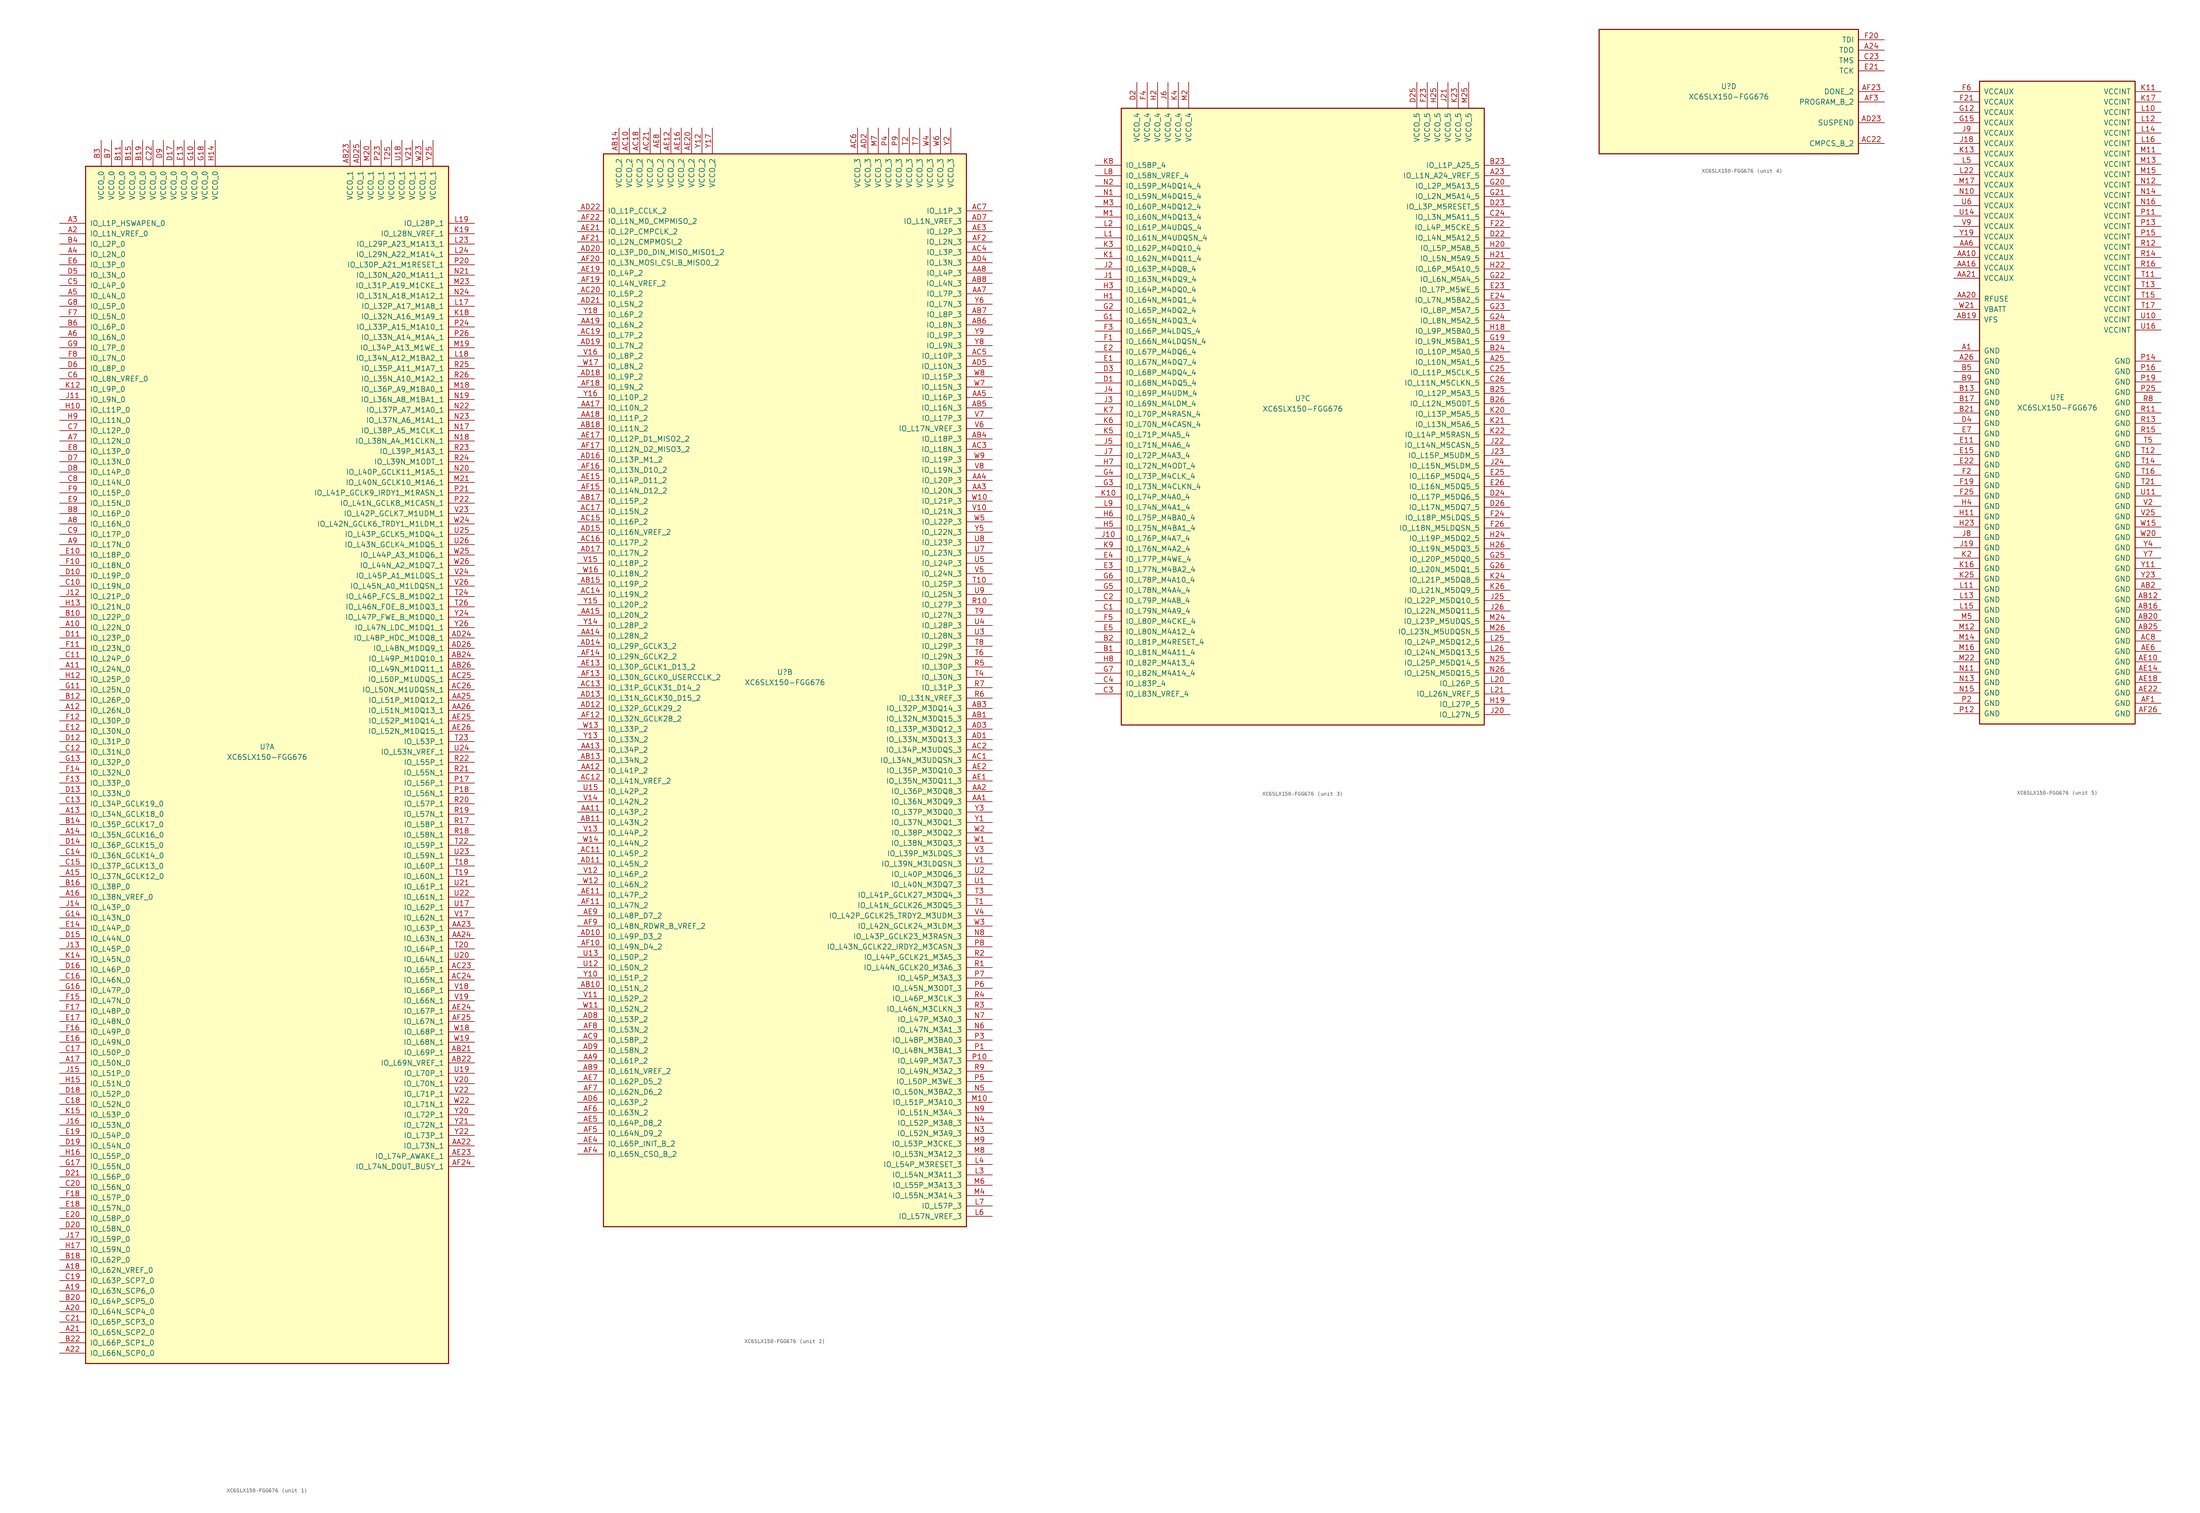
<source format=kicad_sym>
(kicad_symbol_lib
  (version 20211014)
  (generator kicad_symbol_editor)
  (symbol "XC6SLX150-FGG676"
    (pin_names
      (offset 1.016))
    (property "Reference" "U"
      (at 0 1.27 0)
      (effects (font (size 1.27 1.27))))
    (property "Value" "XC6SLX150-FGG676"
      (at 0 -1.27 0)
      (effects (font (size 1.27 1.27))))
    (property "Datasheet" ""
      (at 0 0 0)
      (effects (font (size 1.27 1.27))))
    (property "ki_locked" ""
      (at 0 0 0)
      (effects (font (size 1.27 1.27))))
    (symbol "XC6SLX150-FGG676_1_1"
      (rectangle (start -44.45 143.51) (end 44.45 -149.86) (stroke (width 0.254) (type default) (color 0 0 0 0)) (fill (type background)))
      (pin bidirectional line (at -50.8 30.48 0) (length 6.35) (name "IO_L22N_0" (effects (font (size 1.27 1.27)))) (number "A10" (effects (font (size 1.27 1.27)))))
      (pin bidirectional line (at -50.8 20.32 0) (length 6.35) (name "IO_L24N_0" (effects (font (size 1.27 1.27)))) (number "A11" (effects (font (size 1.27 1.27)))))
      (pin bidirectional line (at -50.8 10.16 0) (length 6.35) (name "IO_L26N_0" (effects (font (size 1.27 1.27)))) (number "A12" (effects (font (size 1.27 1.27)))))
      (pin bidirectional line (at -50.8 -15.24 0) (length 6.35) (name "IO_L34N_GCLK18_0" (effects (font (size 1.27 1.27)))) (number "A13" (effects (font (size 1.27 1.27)))))
      (pin bidirectional line (at -50.8 -20.32 0) (length 6.35) (name "IO_L35N_GCLK16_0" (effects (font (size 1.27 1.27)))) (number "A14" (effects (font (size 1.27 1.27)))))
      (pin bidirectional line (at -50.8 -30.48 0) (length 6.35) (name "IO_L37N_GCLK12_0" (effects (font (size 1.27 1.27)))) (number "A15" (effects (font (size 1.27 1.27)))))
      (pin bidirectional line (at -50.8 -35.56 0) (length 6.35) (name "IO_L38N_VREF_0" (effects (font (size 1.27 1.27)))) (number "A16" (effects (font (size 1.27 1.27)))))
      (pin bidirectional line (at -50.8 -76.2 0) (length 6.35) (name "IO_L50N_0" (effects (font (size 1.27 1.27)))) (number "A17" (effects (font (size 1.27 1.27)))))
      (pin bidirectional line (at -50.8 -127 0) (length 6.35) (name "IO_L62N_VREF_0" (effects (font (size 1.27 1.27)))) (number "A18" (effects (font (size 1.27 1.27)))))
      (pin bidirectional line (at -50.8 -132.08 0) (length 6.35) (name "IO_L63N_SCP6_0" (effects (font (size 1.27 1.27)))) (number "A19" (effects (font (size 1.27 1.27)))))
      (pin bidirectional line (at -50.8 127 0) (length 6.35) (name "IO_L1N_VREF_0" (effects (font (size 1.27 1.27)))) (number "A2" (effects (font (size 1.27 1.27)))))
      (pin bidirectional line (at -50.8 -137.16 0) (length 6.35) (name "IO_L64N_SCP4_0" (effects (font (size 1.27 1.27)))) (number "A20" (effects (font (size 1.27 1.27)))))
      (pin bidirectional line (at -50.8 -142.24 0) (length 6.35) (name "IO_L65N_SCP2_0" (effects (font (size 1.27 1.27)))) (number "A21" (effects (font (size 1.27 1.27)))))
      (pin bidirectional line (at -50.8 -147.32 0) (length 6.35) (name "IO_L66N_SCP0_0" (effects (font (size 1.27 1.27)))) (number "A22" (effects (font (size 1.27 1.27)))))
      (pin bidirectional line (at -50.8 129.54 0) (length 6.35) (name "IO_L1P_HSWAPEN_0" (effects (font (size 1.27 1.27)))) (number "A3" (effects (font (size 1.27 1.27)))))
      (pin bidirectional line (at -50.8 121.92 0) (length 6.35) (name "IO_L2N_0" (effects (font (size 1.27 1.27)))) (number "A4" (effects (font (size 1.27 1.27)))))
      (pin bidirectional line (at -50.8 111.76 0) (length 6.35) (name "IO_L4N_0" (effects (font (size 1.27 1.27)))) (number "A5" (effects (font (size 1.27 1.27)))))
      (pin bidirectional line (at -50.8 101.6 0) (length 6.35) (name "IO_L6N_0" (effects (font (size 1.27 1.27)))) (number "A6" (effects (font (size 1.27 1.27)))))
      (pin bidirectional line (at -50.8 76.2 0) (length 6.35) (name "IO_L12N_0" (effects (font (size 1.27 1.27)))) (number "A7" (effects (font (size 1.27 1.27)))))
      (pin bidirectional line (at -50.8 55.88 0) (length 6.35) (name "IO_L16N_0" (effects (font (size 1.27 1.27)))) (number "A8" (effects (font (size 1.27 1.27)))))
      (pin bidirectional line (at -50.8 50.8 0) (length 6.35) (name "IO_L17N_0" (effects (font (size 1.27 1.27)))) (number "A9" (effects (font (size 1.27 1.27)))))
      (pin bidirectional line (at 50.8 -96.52 180) (length 6.35) (name "IO_L73N_1" (effects (font (size 1.27 1.27)))) (number "AA22" (effects (font (size 1.27 1.27)))))
      (pin bidirectional line (at 50.8 -43.18 180) (length 6.35) (name "IO_L63P_1" (effects (font (size 1.27 1.27)))) (number "AA23" (effects (font (size 1.27 1.27)))))
      (pin bidirectional line (at 50.8 -45.72 180) (length 6.35) (name "IO_L63N_1" (effects (font (size 1.27 1.27)))) (number "AA24" (effects (font (size 1.27 1.27)))))
      (pin bidirectional line (at 50.8 12.7 180) (length 6.35) (name "IO_L51P_M1DQ12_1" (effects (font (size 1.27 1.27)))) (number "AA25" (effects (font (size 1.27 1.27)))))
      (pin bidirectional line (at 50.8 10.16 180) (length 6.35) (name "IO_L51N_M1DQ13_1" (effects (font (size 1.27 1.27)))) (number "AA26" (effects (font (size 1.27 1.27)))))
      (pin bidirectional line (at 50.8 -73.66 180) (length 6.35) (name "IO_L69P_1" (effects (font (size 1.27 1.27)))) (number "AB21" (effects (font (size 1.27 1.27)))))
      (pin bidirectional line (at 50.8 -76.2 180) (length 6.35) (name "IO_L69N_VREF_1" (effects (font (size 1.27 1.27)))) (number "AB22" (effects (font (size 1.27 1.27)))))
      (pin power_in line (at 20.32 149.86 270) (length 6.35) (name "VCCO_1" (effects (font (size 1.27 1.27)))) (number "AB23" (effects (font (size 1.27 1.27)))))
      (pin bidirectional line (at 50.8 22.86 180) (length 6.35) (name "IO_L49P_M1DQ10_1" (effects (font (size 1.27 1.27)))) (number "AB24" (effects (font (size 1.27 1.27)))))
      (pin bidirectional line (at 50.8 20.32 180) (length 6.35) (name "IO_L49N_M1DQ11_1" (effects (font (size 1.27 1.27)))) (number "AB26" (effects (font (size 1.27 1.27)))))
      (pin bidirectional line (at 50.8 -53.34 180) (length 6.35) (name "IO_L65P_1" (effects (font (size 1.27 1.27)))) (number "AC23" (effects (font (size 1.27 1.27)))))
      (pin bidirectional line (at 50.8 -55.88 180) (length 6.35) (name "IO_L65N_1" (effects (font (size 1.27 1.27)))) (number "AC24" (effects (font (size 1.27 1.27)))))
      (pin bidirectional line (at 50.8 17.78 180) (length 6.35) (name "IO_L50P_M1UDQS_1" (effects (font (size 1.27 1.27)))) (number "AC25" (effects (font (size 1.27 1.27)))))
      (pin bidirectional line (at 50.8 15.24 180) (length 6.35) (name "IO_L50N_M1UDQSN_1" (effects (font (size 1.27 1.27)))) (number "AC26" (effects (font (size 1.27 1.27)))))
      (pin bidirectional line (at 50.8 27.94 180) (length 6.35) (name "IO_L48P_HDC_M1DQ8_1" (effects (font (size 1.27 1.27)))) (number "AD24" (effects (font (size 1.27 1.27)))))
      (pin power_in line (at 22.86 149.86 270) (length 6.35) (name "VCCO_1" (effects (font (size 1.27 1.27)))) (number "AD25" (effects (font (size 1.27 1.27)))))
      (pin bidirectional line (at 50.8 25.4 180) (length 6.35) (name "IO_L48N_M1DQ9_1" (effects (font (size 1.27 1.27)))) (number "AD26" (effects (font (size 1.27 1.27)))))
      (pin bidirectional line (at 50.8 -99.06 180) (length 6.35) (name "IO_L74P_AWAKE_1" (effects (font (size 1.27 1.27)))) (number "AE23" (effects (font (size 1.27 1.27)))))
      (pin bidirectional line (at 50.8 -63.5 180) (length 6.35) (name "IO_L67P_1" (effects (font (size 1.27 1.27)))) (number "AE24" (effects (font (size 1.27 1.27)))))
      (pin bidirectional line (at 50.8 7.62 180) (length 6.35) (name "IO_L52P_M1DQ14_1" (effects (font (size 1.27 1.27)))) (number "AE25" (effects (font (size 1.27 1.27)))))
      (pin bidirectional line (at 50.8 5.08 180) (length 6.35) (name "IO_L52N_M1DQ15_1" (effects (font (size 1.27 1.27)))) (number "AE26" (effects (font (size 1.27 1.27)))))
      (pin bidirectional line (at 50.8 -101.6 180) (length 6.35) (name "IO_L74N_DOUT_BUSY_1" (effects (font (size 1.27 1.27)))) (number "AF24" (effects (font (size 1.27 1.27)))))
      (pin bidirectional line (at 50.8 -66.04 180) (length 6.35) (name "IO_L67N_1" (effects (font (size 1.27 1.27)))) (number "AF25" (effects (font (size 1.27 1.27)))))
      (pin bidirectional line (at -50.8 33.02 0) (length 6.35) (name "IO_L22P_0" (effects (font (size 1.27 1.27)))) (number "B10" (effects (font (size 1.27 1.27)))))
      (pin power_in line (at -35.56 149.86 270) (length 6.35) (name "VCCO_0" (effects (font (size 1.27 1.27)))) (number "B11" (effects (font (size 1.27 1.27)))))
      (pin bidirectional line (at -50.8 12.7 0) (length 6.35) (name "IO_L26P_0" (effects (font (size 1.27 1.27)))) (number "B12" (effects (font (size 1.27 1.27)))))
      (pin bidirectional line (at -50.8 -17.78 0) (length 6.35) (name "IO_L35P_GCLK17_0" (effects (font (size 1.27 1.27)))) (number "B14" (effects (font (size 1.27 1.27)))))
      (pin power_in line (at -33.02 149.86 270) (length 6.35) (name "VCCO_0" (effects (font (size 1.27 1.27)))) (number "B15" (effects (font (size 1.27 1.27)))))
      (pin bidirectional line (at -50.8 -33.02 0) (length 6.35) (name "IO_L38P_0" (effects (font (size 1.27 1.27)))) (number "B16" (effects (font (size 1.27 1.27)))))
      (pin bidirectional line (at -50.8 -124.46 0) (length 6.35) (name "IO_L62P_0" (effects (font (size 1.27 1.27)))) (number "B18" (effects (font (size 1.27 1.27)))))
      (pin power_in line (at -30.48 149.86 270) (length 6.35) (name "VCCO_0" (effects (font (size 1.27 1.27)))) (number "B19" (effects (font (size 1.27 1.27)))))
      (pin bidirectional line (at -50.8 -134.62 0) (length 6.35) (name "IO_L64P_SCP5_0" (effects (font (size 1.27 1.27)))) (number "B20" (effects (font (size 1.27 1.27)))))
      (pin bidirectional line (at -50.8 -144.78 0) (length 6.35) (name "IO_L66P_SCP1_0" (effects (font (size 1.27 1.27)))) (number "B22" (effects (font (size 1.27 1.27)))))
      (pin power_in line (at -40.64 149.86 270) (length 6.35) (name "VCCO_0" (effects (font (size 1.27 1.27)))) (number "B3" (effects (font (size 1.27 1.27)))))
      (pin bidirectional line (at -50.8 124.46 0) (length 6.35) (name "IO_L2P_0" (effects (font (size 1.27 1.27)))) (number "B4" (effects (font (size 1.27 1.27)))))
      (pin bidirectional line (at -50.8 104.14 0) (length 6.35) (name "IO_L6P_0" (effects (font (size 1.27 1.27)))) (number "B6" (effects (font (size 1.27 1.27)))))
      (pin power_in line (at -38.1 149.86 270) (length 6.35) (name "VCCO_0" (effects (font (size 1.27 1.27)))) (number "B7" (effects (font (size 1.27 1.27)))))
      (pin bidirectional line (at -50.8 58.42 0) (length 6.35) (name "IO_L16P_0" (effects (font (size 1.27 1.27)))) (number "B8" (effects (font (size 1.27 1.27)))))
      (pin bidirectional line (at -50.8 40.64 0) (length 6.35) (name "IO_L19N_0" (effects (font (size 1.27 1.27)))) (number "C10" (effects (font (size 1.27 1.27)))))
      (pin bidirectional line (at -50.8 22.86 0) (length 6.35) (name "IO_L24P_0" (effects (font (size 1.27 1.27)))) (number "C11" (effects (font (size 1.27 1.27)))))
      (pin bidirectional line (at -50.8 0 0) (length 6.35) (name "IO_L31N_0" (effects (font (size 1.27 1.27)))) (number "C12" (effects (font (size 1.27 1.27)))))
      (pin bidirectional line (at -50.8 -12.7 0) (length 6.35) (name "IO_L34P_GCLK19_0" (effects (font (size 1.27 1.27)))) (number "C13" (effects (font (size 1.27 1.27)))))
      (pin bidirectional line (at -50.8 -25.4 0) (length 6.35) (name "IO_L36N_GCLK14_0" (effects (font (size 1.27 1.27)))) (number "C14" (effects (font (size 1.27 1.27)))))
      (pin bidirectional line (at -50.8 -27.94 0) (length 6.35) (name "IO_L37P_GCLK13_0" (effects (font (size 1.27 1.27)))) (number "C15" (effects (font (size 1.27 1.27)))))
      (pin bidirectional line (at -50.8 -55.88 0) (length 6.35) (name "IO_L46N_0" (effects (font (size 1.27 1.27)))) (number "C16" (effects (font (size 1.27 1.27)))))
      (pin bidirectional line (at -50.8 -73.66 0) (length 6.35) (name "IO_L50P_0" (effects (font (size 1.27 1.27)))) (number "C17" (effects (font (size 1.27 1.27)))))
      (pin bidirectional line (at -50.8 -86.36 0) (length 6.35) (name "IO_L52N_0" (effects (font (size 1.27 1.27)))) (number "C18" (effects (font (size 1.27 1.27)))))
      (pin bidirectional line (at -50.8 -129.54 0) (length 6.35) (name "IO_L63P_SCP7_0" (effects (font (size 1.27 1.27)))) (number "C19" (effects (font (size 1.27 1.27)))))
      (pin bidirectional line (at -50.8 -106.68 0) (length 6.35) (name "IO_L56N_0" (effects (font (size 1.27 1.27)))) (number "C20" (effects (font (size 1.27 1.27)))))
      (pin bidirectional line (at -50.8 -139.7 0) (length 6.35) (name "IO_L65P_SCP3_0" (effects (font (size 1.27 1.27)))) (number "C21" (effects (font (size 1.27 1.27)))))
      (pin power_in line (at -27.94 149.86 270) (length 6.35) (name "VCCO_0" (effects (font (size 1.27 1.27)))) (number "C22" (effects (font (size 1.27 1.27)))))
      (pin bidirectional line (at -50.8 114.3 0) (length 6.35) (name "IO_L4P_0" (effects (font (size 1.27 1.27)))) (number "C5" (effects (font (size 1.27 1.27)))))
      (pin bidirectional line (at -50.8 91.44 0) (length 6.35) (name "IO_L8N_VREF_0" (effects (font (size 1.27 1.27)))) (number "C6" (effects (font (size 1.27 1.27)))))
      (pin bidirectional line (at -50.8 78.74 0) (length 6.35) (name "IO_L12P_0" (effects (font (size 1.27 1.27)))) (number "C7" (effects (font (size 1.27 1.27)))))
      (pin bidirectional line (at -50.8 66.04 0) (length 6.35) (name "IO_L14N_0" (effects (font (size 1.27 1.27)))) (number "C8" (effects (font (size 1.27 1.27)))))
      (pin bidirectional line (at -50.8 53.34 0) (length 6.35) (name "IO_L17P_0" (effects (font (size 1.27 1.27)))) (number "C9" (effects (font (size 1.27 1.27)))))
      (pin bidirectional line (at -50.8 43.18 0) (length 6.35) (name "IO_L19P_0" (effects (font (size 1.27 1.27)))) (number "D10" (effects (font (size 1.27 1.27)))))
      (pin bidirectional line (at -50.8 27.94 0) (length 6.35) (name "IO_L23P_0" (effects (font (size 1.27 1.27)))) (number "D11" (effects (font (size 1.27 1.27)))))
      (pin bidirectional line (at -50.8 2.54 0) (length 6.35) (name "IO_L31P_0" (effects (font (size 1.27 1.27)))) (number "D12" (effects (font (size 1.27 1.27)))))
      (pin bidirectional line (at -50.8 -10.16 0) (length 6.35) (name "IO_L33N_0" (effects (font (size 1.27 1.27)))) (number "D13" (effects (font (size 1.27 1.27)))))
      (pin bidirectional line (at -50.8 -22.86 0) (length 6.35) (name "IO_L36P_GCLK15_0" (effects (font (size 1.27 1.27)))) (number "D14" (effects (font (size 1.27 1.27)))))
      (pin bidirectional line (at -50.8 -45.72 0) (length 6.35) (name "IO_L44N_0" (effects (font (size 1.27 1.27)))) (number "D15" (effects (font (size 1.27 1.27)))))
      (pin bidirectional line (at -50.8 -53.34 0) (length 6.35) (name "IO_L46P_0" (effects (font (size 1.27 1.27)))) (number "D16" (effects (font (size 1.27 1.27)))))
      (pin power_in line (at -22.86 149.86 270) (length 6.35) (name "VCCO_0" (effects (font (size 1.27 1.27)))) (number "D17" (effects (font (size 1.27 1.27)))))
      (pin bidirectional line (at -50.8 -83.82 0) (length 6.35) (name "IO_L52P_0" (effects (font (size 1.27 1.27)))) (number "D18" (effects (font (size 1.27 1.27)))))
      (pin bidirectional line (at -50.8 -96.52 0) (length 6.35) (name "IO_L54N_0" (effects (font (size 1.27 1.27)))) (number "D19" (effects (font (size 1.27 1.27)))))
      (pin bidirectional line (at -50.8 -116.84 0) (length 6.35) (name "IO_L58N_0" (effects (font (size 1.27 1.27)))) (number "D20" (effects (font (size 1.27 1.27)))))
      (pin bidirectional line (at -50.8 -104.14 0) (length 6.35) (name "IO_L56P_0" (effects (font (size 1.27 1.27)))) (number "D21" (effects (font (size 1.27 1.27)))))
      (pin bidirectional line (at -50.8 116.84 0) (length 6.35) (name "IO_L3N_0" (effects (font (size 1.27 1.27)))) (number "D5" (effects (font (size 1.27 1.27)))))
      (pin bidirectional line (at -50.8 93.98 0) (length 6.35) (name "IO_L8P_0" (effects (font (size 1.27 1.27)))) (number "D6" (effects (font (size 1.27 1.27)))))
      (pin bidirectional line (at -50.8 71.12 0) (length 6.35) (name "IO_L13N_0" (effects (font (size 1.27 1.27)))) (number "D7" (effects (font (size 1.27 1.27)))))
      (pin bidirectional line (at -50.8 68.58 0) (length 6.35) (name "IO_L14P_0" (effects (font (size 1.27 1.27)))) (number "D8" (effects (font (size 1.27 1.27)))))
      (pin power_in line (at -25.4 149.86 270) (length 6.35) (name "VCCO_0" (effects (font (size 1.27 1.27)))) (number "D9" (effects (font (size 1.27 1.27)))))
      (pin bidirectional line (at -50.8 48.26 0) (length 6.35) (name "IO_L18P_0" (effects (font (size 1.27 1.27)))) (number "E10" (effects (font (size 1.27 1.27)))))
      (pin bidirectional line (at -50.8 5.08 0) (length 6.35) (name "IO_L30N_0" (effects (font (size 1.27 1.27)))) (number "E12" (effects (font (size 1.27 1.27)))))
      (pin power_in line (at -20.32 149.86 270) (length 6.35) (name "VCCO_0" (effects (font (size 1.27 1.27)))) (number "E13" (effects (font (size 1.27 1.27)))))
      (pin bidirectional line (at -50.8 -43.18 0) (length 6.35) (name "IO_L44P_0" (effects (font (size 1.27 1.27)))) (number "E14" (effects (font (size 1.27 1.27)))))
      (pin bidirectional line (at -50.8 -71.12 0) (length 6.35) (name "IO_L49N_0" (effects (font (size 1.27 1.27)))) (number "E16" (effects (font (size 1.27 1.27)))))
      (pin bidirectional line (at -50.8 -66.04 0) (length 6.35) (name "IO_L48N_0" (effects (font (size 1.27 1.27)))) (number "E17" (effects (font (size 1.27 1.27)))))
      (pin bidirectional line (at -50.8 -111.76 0) (length 6.35) (name "IO_L57N_0" (effects (font (size 1.27 1.27)))) (number "E18" (effects (font (size 1.27 1.27)))))
      (pin bidirectional line (at -50.8 -93.98 0) (length 6.35) (name "IO_L54P_0" (effects (font (size 1.27 1.27)))) (number "E19" (effects (font (size 1.27 1.27)))))
      (pin bidirectional line (at -50.8 -114.3 0) (length 6.35) (name "IO_L58P_0" (effects (font (size 1.27 1.27)))) (number "E20" (effects (font (size 1.27 1.27)))))
      (pin bidirectional line (at -50.8 119.38 0) (length 6.35) (name "IO_L3P_0" (effects (font (size 1.27 1.27)))) (number "E6" (effects (font (size 1.27 1.27)))))
      (pin bidirectional line (at -50.8 73.66 0) (length 6.35) (name "IO_L13P_0" (effects (font (size 1.27 1.27)))) (number "E8" (effects (font (size 1.27 1.27)))))
      (pin bidirectional line (at -50.8 60.96 0) (length 6.35) (name "IO_L15N_0" (effects (font (size 1.27 1.27)))) (number "E9" (effects (font (size 1.27 1.27)))))
      (pin bidirectional line (at -50.8 45.72 0) (length 6.35) (name "IO_L18N_0" (effects (font (size 1.27 1.27)))) (number "F10" (effects (font (size 1.27 1.27)))))
      (pin bidirectional line (at -50.8 25.4 0) (length 6.35) (name "IO_L23N_0" (effects (font (size 1.27 1.27)))) (number "F11" (effects (font (size 1.27 1.27)))))
      (pin bidirectional line (at -50.8 7.62 0) (length 6.35) (name "IO_L30P_0" (effects (font (size 1.27 1.27)))) (number "F12" (effects (font (size 1.27 1.27)))))
      (pin bidirectional line (at -50.8 -7.62 0) (length 6.35) (name "IO_L33P_0" (effects (font (size 1.27 1.27)))) (number "F13" (effects (font (size 1.27 1.27)))))
      (pin bidirectional line (at -50.8 -5.08 0) (length 6.35) (name "IO_L32N_0" (effects (font (size 1.27 1.27)))) (number "F14" (effects (font (size 1.27 1.27)))))
      (pin bidirectional line (at -50.8 -60.96 0) (length 6.35) (name "IO_L47N_0" (effects (font (size 1.27 1.27)))) (number "F15" (effects (font (size 1.27 1.27)))))
      (pin bidirectional line (at -50.8 -68.58 0) (length 6.35) (name "IO_L49P_0" (effects (font (size 1.27 1.27)))) (number "F16" (effects (font (size 1.27 1.27)))))
      (pin bidirectional line (at -50.8 -63.5 0) (length 6.35) (name "IO_L48P_0" (effects (font (size 1.27 1.27)))) (number "F17" (effects (font (size 1.27 1.27)))))
      (pin bidirectional line (at -50.8 -109.22 0) (length 6.35) (name "IO_L57P_0" (effects (font (size 1.27 1.27)))) (number "F18" (effects (font (size 1.27 1.27)))))
      (pin bidirectional line (at -50.8 106.68 0) (length 6.35) (name "IO_L5N_0" (effects (font (size 1.27 1.27)))) (number "F7" (effects (font (size 1.27 1.27)))))
      (pin bidirectional line (at -50.8 96.52 0) (length 6.35) (name "IO_L7N_0" (effects (font (size 1.27 1.27)))) (number "F8" (effects (font (size 1.27 1.27)))))
      (pin bidirectional line (at -50.8 63.5 0) (length 6.35) (name "IO_L15P_0" (effects (font (size 1.27 1.27)))) (number "F9" (effects (font (size 1.27 1.27)))))
      (pin power_in line (at -17.78 149.86 270) (length 6.35) (name "VCCO_0" (effects (font (size 1.27 1.27)))) (number "G10" (effects (font (size 1.27 1.27)))))
      (pin bidirectional line (at -50.8 15.24 0) (length 6.35) (name "IO_L25N_0" (effects (font (size 1.27 1.27)))) (number "G11" (effects (font (size 1.27 1.27)))))
      (pin bidirectional line (at -50.8 -2.54 0) (length 6.35) (name "IO_L32P_0" (effects (font (size 1.27 1.27)))) (number "G13" (effects (font (size 1.27 1.27)))))
      (pin bidirectional line (at -50.8 -40.64 0) (length 6.35) (name "IO_L43N_0" (effects (font (size 1.27 1.27)))) (number "G14" (effects (font (size 1.27 1.27)))))
      (pin bidirectional line (at -50.8 -58.42 0) (length 6.35) (name "IO_L47P_0" (effects (font (size 1.27 1.27)))) (number "G16" (effects (font (size 1.27 1.27)))))
      (pin bidirectional line (at -50.8 -101.6 0) (length 6.35) (name "IO_L55N_0" (effects (font (size 1.27 1.27)))) (number "G17" (effects (font (size 1.27 1.27)))))
      (pin power_in line (at -15.24 149.86 270) (length 6.35) (name "VCCO_0" (effects (font (size 1.27 1.27)))) (number "G18" (effects (font (size 1.27 1.27)))))
      (pin bidirectional line (at -50.8 109.22 0) (length 6.35) (name "IO_L5P_0" (effects (font (size 1.27 1.27)))) (number "G8" (effects (font (size 1.27 1.27)))))
      (pin bidirectional line (at -50.8 99.06 0) (length 6.35) (name "IO_L7P_0" (effects (font (size 1.27 1.27)))) (number "G9" (effects (font (size 1.27 1.27)))))
      (pin bidirectional line (at -50.8 83.82 0) (length 6.35) (name "IO_L11P_0" (effects (font (size 1.27 1.27)))) (number "H10" (effects (font (size 1.27 1.27)))))
      (pin bidirectional line (at -50.8 17.78 0) (length 6.35) (name "IO_L25P_0" (effects (font (size 1.27 1.27)))) (number "H12" (effects (font (size 1.27 1.27)))))
      (pin bidirectional line (at -50.8 35.56 0) (length 6.35) (name "IO_L21N_0" (effects (font (size 1.27 1.27)))) (number "H13" (effects (font (size 1.27 1.27)))))
      (pin power_in line (at -12.7 149.86 270) (length 6.35) (name "VCCO_0" (effects (font (size 1.27 1.27)))) (number "H14" (effects (font (size 1.27 1.27)))))
      (pin bidirectional line (at -50.8 -81.28 0) (length 6.35) (name "IO_L51N_0" (effects (font (size 1.27 1.27)))) (number "H15" (effects (font (size 1.27 1.27)))))
      (pin bidirectional line (at -50.8 -99.06 0) (length 6.35) (name "IO_L55P_0" (effects (font (size 1.27 1.27)))) (number "H16" (effects (font (size 1.27 1.27)))))
      (pin bidirectional line (at -50.8 -121.92 0) (length 6.35) (name "IO_L59N_0" (effects (font (size 1.27 1.27)))) (number "H17" (effects (font (size 1.27 1.27)))))
      (pin bidirectional line (at -50.8 81.28 0) (length 6.35) (name "IO_L11N_0" (effects (font (size 1.27 1.27)))) (number "H9" (effects (font (size 1.27 1.27)))))
      (pin bidirectional line (at -50.8 86.36 0) (length 6.35) (name "IO_L9N_0" (effects (font (size 1.27 1.27)))) (number "J11" (effects (font (size 1.27 1.27)))))
      (pin bidirectional line (at -50.8 38.1 0) (length 6.35) (name "IO_L21P_0" (effects (font (size 1.27 1.27)))) (number "J12" (effects (font (size 1.27 1.27)))))
      (pin bidirectional line (at -50.8 -48.26 0) (length 6.35) (name "IO_L45P_0" (effects (font (size 1.27 1.27)))) (number "J13" (effects (font (size 1.27 1.27)))))
      (pin bidirectional line (at -50.8 -38.1 0) (length 6.35) (name "IO_L43P_0" (effects (font (size 1.27 1.27)))) (number "J14" (effects (font (size 1.27 1.27)))))
      (pin bidirectional line (at -50.8 -78.74 0) (length 6.35) (name "IO_L51P_0" (effects (font (size 1.27 1.27)))) (number "J15" (effects (font (size 1.27 1.27)))))
      (pin bidirectional line (at -50.8 -91.44 0) (length 6.35) (name "IO_L53N_0" (effects (font (size 1.27 1.27)))) (number "J16" (effects (font (size 1.27 1.27)))))
      (pin bidirectional line (at -50.8 -119.38 0) (length 6.35) (name "IO_L59P_0" (effects (font (size 1.27 1.27)))) (number "J17" (effects (font (size 1.27 1.27)))))
      (pin bidirectional line (at -50.8 88.9 0) (length 6.35) (name "IO_L9P_0" (effects (font (size 1.27 1.27)))) (number "K12" (effects (font (size 1.27 1.27)))))
      (pin bidirectional line (at -50.8 -50.8 0) (length 6.35) (name "IO_L45N_0" (effects (font (size 1.27 1.27)))) (number "K14" (effects (font (size 1.27 1.27)))))
      (pin bidirectional line (at -50.8 -88.9 0) (length 6.35) (name "IO_L53P_0" (effects (font (size 1.27 1.27)))) (number "K15" (effects (font (size 1.27 1.27)))))
      (pin bidirectional line (at 50.8 106.68 180) (length 6.35) (name "IO_L32N_A16_M1A9_1" (effects (font (size 1.27 1.27)))) (number "K18" (effects (font (size 1.27 1.27)))))
      (pin bidirectional line (at 50.8 127 180) (length 6.35) (name "IO_L28N_VREF_1" (effects (font (size 1.27 1.27)))) (number "K19" (effects (font (size 1.27 1.27)))))
      (pin bidirectional line (at 50.8 109.22 180) (length 6.35) (name "IO_L32P_A17_M1A8_1" (effects (font (size 1.27 1.27)))) (number "L17" (effects (font (size 1.27 1.27)))))
      (pin bidirectional line (at 50.8 96.52 180) (length 6.35) (name "IO_L34N_A12_M1BA2_1" (effects (font (size 1.27 1.27)))) (number "L18" (effects (font (size 1.27 1.27)))))
      (pin bidirectional line (at 50.8 129.54 180) (length 6.35) (name "IO_L28P_1" (effects (font (size 1.27 1.27)))) (number "L19" (effects (font (size 1.27 1.27)))))
      (pin bidirectional line (at 50.8 124.46 180) (length 6.35) (name "IO_L29P_A23_M1A13_1" (effects (font (size 1.27 1.27)))) (number "L23" (effects (font (size 1.27 1.27)))))
      (pin bidirectional line (at 50.8 121.92 180) (length 6.35) (name "IO_L29N_A22_M1A14_1" (effects (font (size 1.27 1.27)))) (number "L24" (effects (font (size 1.27 1.27)))))
      (pin bidirectional line (at 50.8 88.9 180) (length 6.35) (name "IO_L36P_A9_M1BA0_1" (effects (font (size 1.27 1.27)))) (number "M18" (effects (font (size 1.27 1.27)))))
      (pin bidirectional line (at 50.8 99.06 180) (length 6.35) (name "IO_L34P_A13_M1WE_1" (effects (font (size 1.27 1.27)))) (number "M19" (effects (font (size 1.27 1.27)))))
      (pin power_in line (at 25.4 149.86 270) (length 6.35) (name "VCCO_1" (effects (font (size 1.27 1.27)))) (number "M20" (effects (font (size 1.27 1.27)))))
      (pin bidirectional line (at 50.8 66.04 180) (length 6.35) (name "IO_L40N_GCLK10_M1A6_1" (effects (font (size 1.27 1.27)))) (number "M21" (effects (font (size 1.27 1.27)))))
      (pin bidirectional line (at 50.8 114.3 180) (length 6.35) (name "IO_L31P_A19_M1CKE_1" (effects (font (size 1.27 1.27)))) (number "M23" (effects (font (size 1.27 1.27)))))
      (pin bidirectional line (at 50.8 78.74 180) (length 6.35) (name "IO_L38P_A5_M1CLK_1" (effects (font (size 1.27 1.27)))) (number "N17" (effects (font (size 1.27 1.27)))))
      (pin bidirectional line (at 50.8 76.2 180) (length 6.35) (name "IO_L38N_A4_M1CLKN_1" (effects (font (size 1.27 1.27)))) (number "N18" (effects (font (size 1.27 1.27)))))
      (pin bidirectional line (at 50.8 86.36 180) (length 6.35) (name "IO_L36N_A8_M1BA1_1" (effects (font (size 1.27 1.27)))) (number "N19" (effects (font (size 1.27 1.27)))))
      (pin bidirectional line (at 50.8 68.58 180) (length 6.35) (name "IO_L40P_GCLK11_M1A5_1" (effects (font (size 1.27 1.27)))) (number "N20" (effects (font (size 1.27 1.27)))))
      (pin bidirectional line (at 50.8 116.84 180) (length 6.35) (name "IO_L30N_A20_M1A11_1" (effects (font (size 1.27 1.27)))) (number "N21" (effects (font (size 1.27 1.27)))))
      (pin bidirectional line (at 50.8 83.82 180) (length 6.35) (name "IO_L37P_A7_M1A0_1" (effects (font (size 1.27 1.27)))) (number "N22" (effects (font (size 1.27 1.27)))))
      (pin bidirectional line (at 50.8 81.28 180) (length 6.35) (name "IO_L37N_A6_M1A1_1" (effects (font (size 1.27 1.27)))) (number "N23" (effects (font (size 1.27 1.27)))))
      (pin bidirectional line (at 50.8 111.76 180) (length 6.35) (name "IO_L31N_A18_M1A12_1" (effects (font (size 1.27 1.27)))) (number "N24" (effects (font (size 1.27 1.27)))))
      (pin bidirectional line (at 50.8 -7.62 180) (length 6.35) (name "IO_L56P_1" (effects (font (size 1.27 1.27)))) (number "P17" (effects (font (size 1.27 1.27)))))
      (pin bidirectional line (at 50.8 -10.16 180) (length 6.35) (name "IO_L56N_1" (effects (font (size 1.27 1.27)))) (number "P18" (effects (font (size 1.27 1.27)))))
      (pin bidirectional line (at 50.8 119.38 180) (length 6.35) (name "IO_L30P_A21_M1RESET_1" (effects (font (size 1.27 1.27)))) (number "P20" (effects (font (size 1.27 1.27)))))
      (pin bidirectional line (at 50.8 63.5 180) (length 6.35) (name "IO_L41P_GCLK9_IRDY1_M1RASN_1" (effects (font (size 1.27 1.27)))) (number "P21" (effects (font (size 1.27 1.27)))))
      (pin bidirectional line (at 50.8 60.96 180) (length 6.35) (name "IO_L41N_GCLK8_M1CASN_1" (effects (font (size 1.27 1.27)))) (number "P22" (effects (font (size 1.27 1.27)))))
      (pin power_in line (at 27.94 149.86 270) (length 6.35) (name "VCCO_1" (effects (font (size 1.27 1.27)))) (number "P23" (effects (font (size 1.27 1.27)))))
      (pin bidirectional line (at 50.8 104.14 180) (length 6.35) (name "IO_L33P_A15_M1A10_1" (effects (font (size 1.27 1.27)))) (number "P24" (effects (font (size 1.27 1.27)))))
      (pin bidirectional line (at 50.8 101.6 180) (length 6.35) (name "IO_L33N_A14_M1A4_1" (effects (font (size 1.27 1.27)))) (number "P26" (effects (font (size 1.27 1.27)))))
      (pin bidirectional line (at 50.8 -17.78 180) (length 6.35) (name "IO_L58P_1" (effects (font (size 1.27 1.27)))) (number "R17" (effects (font (size 1.27 1.27)))))
      (pin bidirectional line (at 50.8 -20.32 180) (length 6.35) (name "IO_L58N_1" (effects (font (size 1.27 1.27)))) (number "R18" (effects (font (size 1.27 1.27)))))
      (pin bidirectional line (at 50.8 -15.24 180) (length 6.35) (name "IO_L57N_1" (effects (font (size 1.27 1.27)))) (number "R19" (effects (font (size 1.27 1.27)))))
      (pin bidirectional line (at 50.8 -12.7 180) (length 6.35) (name "IO_L57P_1" (effects (font (size 1.27 1.27)))) (number "R20" (effects (font (size 1.27 1.27)))))
      (pin bidirectional line (at 50.8 -5.08 180) (length 6.35) (name "IO_L55N_1" (effects (font (size 1.27 1.27)))) (number "R21" (effects (font (size 1.27 1.27)))))
      (pin bidirectional line (at 50.8 -2.54 180) (length 6.35) (name "IO_L55P_1" (effects (font (size 1.27 1.27)))) (number "R22" (effects (font (size 1.27 1.27)))))
      (pin bidirectional line (at 50.8 73.66 180) (length 6.35) (name "IO_L39P_M1A3_1" (effects (font (size 1.27 1.27)))) (number "R23" (effects (font (size 1.27 1.27)))))
      (pin bidirectional line (at 50.8 71.12 180) (length 6.35) (name "IO_L39N_M1ODT_1" (effects (font (size 1.27 1.27)))) (number "R24" (effects (font (size 1.27 1.27)))))
      (pin bidirectional line (at 50.8 93.98 180) (length 6.35) (name "IO_L35P_A11_M1A7_1" (effects (font (size 1.27 1.27)))) (number "R25" (effects (font (size 1.27 1.27)))))
      (pin bidirectional line (at 50.8 91.44 180) (length 6.35) (name "IO_L35N_A10_M1A2_1" (effects (font (size 1.27 1.27)))) (number "R26" (effects (font (size 1.27 1.27)))))
      (pin bidirectional line (at 50.8 -27.94 180) (length 6.35) (name "IO_L60P_1" (effects (font (size 1.27 1.27)))) (number "T18" (effects (font (size 1.27 1.27)))))
      (pin bidirectional line (at 50.8 -30.48 180) (length 6.35) (name "IO_L60N_1" (effects (font (size 1.27 1.27)))) (number "T19" (effects (font (size 1.27 1.27)))))
      (pin bidirectional line (at 50.8 -48.26 180) (length 6.35) (name "IO_L64P_1" (effects (font (size 1.27 1.27)))) (number "T20" (effects (font (size 1.27 1.27)))))
      (pin bidirectional line (at 50.8 -22.86 180) (length 6.35) (name "IO_L59P_1" (effects (font (size 1.27 1.27)))) (number "T22" (effects (font (size 1.27 1.27)))))
      (pin bidirectional line (at 50.8 2.54 180) (length 6.35) (name "IO_L53P_1" (effects (font (size 1.27 1.27)))) (number "T23" (effects (font (size 1.27 1.27)))))
      (pin bidirectional line (at 50.8 38.1 180) (length 6.35) (name "IO_L46P_FCS_B_M1DQ2_1" (effects (font (size 1.27 1.27)))) (number "T24" (effects (font (size 1.27 1.27)))))
      (pin power_in line (at 30.48 149.86 270) (length 6.35) (name "VCCO_1" (effects (font (size 1.27 1.27)))) (number "T25" (effects (font (size 1.27 1.27)))))
      (pin bidirectional line (at 50.8 35.56 180) (length 6.35) (name "IO_L46N_FOE_B_M1DQ3_1" (effects (font (size 1.27 1.27)))) (number "T26" (effects (font (size 1.27 1.27)))))
      (pin bidirectional line (at 50.8 -38.1 180) (length 6.35) (name "IO_L62P_1" (effects (font (size 1.27 1.27)))) (number "U17" (effects (font (size 1.27 1.27)))))
      (pin power_in line (at 33.02 149.86 270) (length 6.35) (name "VCCO_1" (effects (font (size 1.27 1.27)))) (number "U18" (effects (font (size 1.27 1.27)))))
      (pin bidirectional line (at 50.8 -78.74 180) (length 6.35) (name "IO_L70P_1" (effects (font (size 1.27 1.27)))) (number "U19" (effects (font (size 1.27 1.27)))))
      (pin bidirectional line (at 50.8 -50.8 180) (length 6.35) (name "IO_L64N_1" (effects (font (size 1.27 1.27)))) (number "U20" (effects (font (size 1.27 1.27)))))
      (pin bidirectional line (at 50.8 -33.02 180) (length 6.35) (name "IO_L61P_1" (effects (font (size 1.27 1.27)))) (number "U21" (effects (font (size 1.27 1.27)))))
      (pin bidirectional line (at 50.8 -35.56 180) (length 6.35) (name "IO_L61N_1" (effects (font (size 1.27 1.27)))) (number "U22" (effects (font (size 1.27 1.27)))))
      (pin bidirectional line (at 50.8 -25.4 180) (length 6.35) (name "IO_L59N_1" (effects (font (size 1.27 1.27)))) (number "U23" (effects (font (size 1.27 1.27)))))
      (pin bidirectional line (at 50.8 0 180) (length 6.35) (name "IO_L53N_VREF_1" (effects (font (size 1.27 1.27)))) (number "U24" (effects (font (size 1.27 1.27)))))
      (pin bidirectional line (at 50.8 53.34 180) (length 6.35) (name "IO_L43P_GCLK5_M1DQ4_1" (effects (font (size 1.27 1.27)))) (number "U25" (effects (font (size 1.27 1.27)))))
      (pin bidirectional line (at 50.8 50.8 180) (length 6.35) (name "IO_L43N_GCLK4_M1DQ5_1" (effects (font (size 1.27 1.27)))) (number "U26" (effects (font (size 1.27 1.27)))))
      (pin bidirectional line (at 50.8 -40.64 180) (length 6.35) (name "IO_L62N_1" (effects (font (size 1.27 1.27)))) (number "V17" (effects (font (size 1.27 1.27)))))
      (pin bidirectional line (at 50.8 -58.42 180) (length 6.35) (name "IO_L66P_1" (effects (font (size 1.27 1.27)))) (number "V18" (effects (font (size 1.27 1.27)))))
      (pin bidirectional line (at 50.8 -60.96 180) (length 6.35) (name "IO_L66N_1" (effects (font (size 1.27 1.27)))) (number "V19" (effects (font (size 1.27 1.27)))))
      (pin bidirectional line (at 50.8 -81.28 180) (length 6.35) (name "IO_L70N_1" (effects (font (size 1.27 1.27)))) (number "V20" (effects (font (size 1.27 1.27)))))
      (pin power_in line (at 35.56 149.86 270) (length 6.35) (name "VCCO_1" (effects (font (size 1.27 1.27)))) (number "V21" (effects (font (size 1.27 1.27)))))
      (pin bidirectional line (at 50.8 -83.82 180) (length 6.35) (name "IO_L71P_1" (effects (font (size 1.27 1.27)))) (number "V22" (effects (font (size 1.27 1.27)))))
      (pin bidirectional line (at 50.8 58.42 180) (length 6.35) (name "IO_L42P_GCLK7_M1UDM_1" (effects (font (size 1.27 1.27)))) (number "V23" (effects (font (size 1.27 1.27)))))
      (pin bidirectional line (at 50.8 43.18 180) (length 6.35) (name "IO_L45P_A1_M1LDQS_1" (effects (font (size 1.27 1.27)))) (number "V24" (effects (font (size 1.27 1.27)))))
      (pin bidirectional line (at 50.8 40.64 180) (length 6.35) (name "IO_L45N_A0_M1LDQSN_1" (effects (font (size 1.27 1.27)))) (number "V26" (effects (font (size 1.27 1.27)))))
      (pin bidirectional line (at 50.8 -68.58 180) (length 6.35) (name "IO_L68P_1" (effects (font (size 1.27 1.27)))) (number "W18" (effects (font (size 1.27 1.27)))))
      (pin bidirectional line (at 50.8 -71.12 180) (length 6.35) (name "IO_L68N_1" (effects (font (size 1.27 1.27)))) (number "W19" (effects (font (size 1.27 1.27)))))
      (pin bidirectional line (at 50.8 -86.36 180) (length 6.35) (name "IO_L71N_1" (effects (font (size 1.27 1.27)))) (number "W22" (effects (font (size 1.27 1.27)))))
      (pin power_in line (at 38.1 149.86 270) (length 6.35) (name "VCCO_1" (effects (font (size 1.27 1.27)))) (number "W23" (effects (font (size 1.27 1.27)))))
      (pin bidirectional line (at 50.8 55.88 180) (length 6.35) (name "IO_L42N_GCLK6_TRDY1_M1LDM_1" (effects (font (size 1.27 1.27)))) (number "W24" (effects (font (size 1.27 1.27)))))
      (pin bidirectional line (at 50.8 48.26 180) (length 6.35) (name "IO_L44P_A3_M1DQ6_1" (effects (font (size 1.27 1.27)))) (number "W25" (effects (font (size 1.27 1.27)))))
      (pin bidirectional line (at 50.8 45.72 180) (length 6.35) (name "IO_L44N_A2_M1DQ7_1" (effects (font (size 1.27 1.27)))) (number "W26" (effects (font (size 1.27 1.27)))))
      (pin bidirectional line (at 50.8 -88.9 180) (length 6.35) (name "IO_L72P_1" (effects (font (size 1.27 1.27)))) (number "Y20" (effects (font (size 1.27 1.27)))))
      (pin bidirectional line (at 50.8 -91.44 180) (length 6.35) (name "IO_L72N_1" (effects (font (size 1.27 1.27)))) (number "Y21" (effects (font (size 1.27 1.27)))))
      (pin bidirectional line (at 50.8 -93.98 180) (length 6.35) (name "IO_L73P_1" (effects (font (size 1.27 1.27)))) (number "Y22" (effects (font (size 1.27 1.27)))))
      (pin bidirectional line (at 50.8 33.02 180) (length 6.35) (name "IO_L47P_FWE_B_M1DQ0_1" (effects (font (size 1.27 1.27)))) (number "Y24" (effects (font (size 1.27 1.27)))))
      (pin power_in line (at 40.64 149.86 270) (length 6.35) (name "VCCO_1" (effects (font (size 1.27 1.27)))) (number "Y25" (effects (font (size 1.27 1.27)))))
      (pin bidirectional line (at 50.8 30.48 180) (length 6.35) (name "IO_L47N_LDC_M1DQ1_1" (effects (font (size 1.27 1.27)))) (number "Y26" (effects (font (size 1.27 1.27))))))
    (symbol "XC6SLX150-FGG676_2_1"
      (rectangle (start -44.45 128.27) (end 44.45 -134.62) (stroke (width 0.254) (type default) (color 0 0 0 0)) (fill (type background)))
      (pin bidirectional line (at 50.8 -30.48 180) (length 6.35) (name "IO_L36N_M3DQ9_3" (effects (font (size 1.27 1.27)))) (number "AA1" (effects (font (size 1.27 1.27)))))
      (pin bidirectional line (at -50.8 -33.02 0) (length 6.35) (name "IO_L43P_2" (effects (font (size 1.27 1.27)))) (number "AA11" (effects (font (size 1.27 1.27)))))
      (pin bidirectional line (at -50.8 -22.86 0) (length 6.35) (name "IO_L41P_2" (effects (font (size 1.27 1.27)))) (number "AA12" (effects (font (size 1.27 1.27)))))
      (pin bidirectional line (at -50.8 -17.78 0) (length 6.35) (name "IO_L34P_2" (effects (font (size 1.27 1.27)))) (number "AA13" (effects (font (size 1.27 1.27)))))
      (pin bidirectional line (at -50.8 10.16 0) (length 6.35) (name "IO_L28N_2" (effects (font (size 1.27 1.27)))) (number "AA14" (effects (font (size 1.27 1.27)))))
      (pin bidirectional line (at -50.8 15.24 0) (length 6.35) (name "IO_L20N_2" (effects (font (size 1.27 1.27)))) (number "AA15" (effects (font (size 1.27 1.27)))))
      (pin bidirectional line (at -50.8 66.04 0) (length 6.35) (name "IO_L10N_2" (effects (font (size 1.27 1.27)))) (number "AA17" (effects (font (size 1.27 1.27)))))
      (pin bidirectional line (at -50.8 63.5 0) (length 6.35) (name "IO_L11P_2" (effects (font (size 1.27 1.27)))) (number "AA18" (effects (font (size 1.27 1.27)))))
      (pin bidirectional line (at -50.8 86.36 0) (length 6.35) (name "IO_L6N_2" (effects (font (size 1.27 1.27)))) (number "AA19" (effects (font (size 1.27 1.27)))))
      (pin bidirectional line (at 50.8 -27.94 180) (length 6.35) (name "IO_L36P_M3DQ8_3" (effects (font (size 1.27 1.27)))) (number "AA2" (effects (font (size 1.27 1.27)))))
      (pin bidirectional line (at 50.8 45.72 180) (length 6.35) (name "IO_L20N_3" (effects (font (size 1.27 1.27)))) (number "AA3" (effects (font (size 1.27 1.27)))))
      (pin bidirectional line (at 50.8 48.26 180) (length 6.35) (name "IO_L20P_3" (effects (font (size 1.27 1.27)))) (number "AA4" (effects (font (size 1.27 1.27)))))
      (pin bidirectional line (at 50.8 68.58 180) (length 6.35) (name "IO_L16P_3" (effects (font (size 1.27 1.27)))) (number "AA5" (effects (font (size 1.27 1.27)))))
      (pin bidirectional line (at 50.8 93.98 180) (length 6.35) (name "IO_L7P_3" (effects (font (size 1.27 1.27)))) (number "AA7" (effects (font (size 1.27 1.27)))))
      (pin bidirectional line (at 50.8 99.06 180) (length 6.35) (name "IO_L4P_3" (effects (font (size 1.27 1.27)))) (number "AA8" (effects (font (size 1.27 1.27)))))
      (pin bidirectional line (at -50.8 -93.98 0) (length 6.35) (name "IO_L61P_2" (effects (font (size 1.27 1.27)))) (number "AA9" (effects (font (size 1.27 1.27)))))
      (pin bidirectional line (at 50.8 -10.16 180) (length 6.35) (name "IO_L32N_M3DQ15_3" (effects (font (size 1.27 1.27)))) (number "AB1" (effects (font (size 1.27 1.27)))))
      (pin bidirectional line (at -50.8 -76.2 0) (length 6.35) (name "IO_L51N_2" (effects (font (size 1.27 1.27)))) (number "AB10" (effects (font (size 1.27 1.27)))))
      (pin bidirectional line (at -50.8 -35.56 0) (length 6.35) (name "IO_L43N_2" (effects (font (size 1.27 1.27)))) (number "AB11" (effects (font (size 1.27 1.27)))))
      (pin bidirectional line (at -50.8 -20.32 0) (length 6.35) (name "IO_L34N_2" (effects (font (size 1.27 1.27)))) (number "AB13" (effects (font (size 1.27 1.27)))))
      (pin power_in line (at -40.64 134.62 270) (length 6.35) (name "VCCO_2" (effects (font (size 1.27 1.27)))) (number "AB14" (effects (font (size 1.27 1.27)))))
      (pin bidirectional line (at -50.8 22.86 0) (length 6.35) (name "IO_L19P_2" (effects (font (size 1.27 1.27)))) (number "AB15" (effects (font (size 1.27 1.27)))))
      (pin bidirectional line (at -50.8 43.18 0) (length 6.35) (name "IO_L15P_2" (effects (font (size 1.27 1.27)))) (number "AB17" (effects (font (size 1.27 1.27)))))
      (pin bidirectional line (at -50.8 60.96 0) (length 6.35) (name "IO_L11N_2" (effects (font (size 1.27 1.27)))) (number "AB18" (effects (font (size 1.27 1.27)))))
      (pin bidirectional line (at 50.8 -7.62 180) (length 6.35) (name "IO_L32P_M3DQ14_3" (effects (font (size 1.27 1.27)))) (number "AB3" (effects (font (size 1.27 1.27)))))
      (pin bidirectional line (at 50.8 58.42 180) (length 6.35) (name "IO_L18P_3" (effects (font (size 1.27 1.27)))) (number "AB4" (effects (font (size 1.27 1.27)))))
      (pin bidirectional line (at 50.8 66.04 180) (length 6.35) (name "IO_L16N_3" (effects (font (size 1.27 1.27)))) (number "AB5" (effects (font (size 1.27 1.27)))))
      (pin bidirectional line (at 50.8 86.36 180) (length 6.35) (name "IO_L8N_3" (effects (font (size 1.27 1.27)))) (number "AB6" (effects (font (size 1.27 1.27)))))
      (pin bidirectional line (at 50.8 88.9 180) (length 6.35) (name "IO_L8P_3" (effects (font (size 1.27 1.27)))) (number "AB7" (effects (font (size 1.27 1.27)))))
      (pin bidirectional line (at 50.8 96.52 180) (length 6.35) (name "IO_L4N_3" (effects (font (size 1.27 1.27)))) (number "AB8" (effects (font (size 1.27 1.27)))))
      (pin bidirectional line (at -50.8 -96.52 0) (length 6.35) (name "IO_L61N_VREF_2" (effects (font (size 1.27 1.27)))) (number "AB9" (effects (font (size 1.27 1.27)))))
      (pin bidirectional line (at 50.8 -20.32 180) (length 6.35) (name "IO_L34N_M3UDQSN_3" (effects (font (size 1.27 1.27)))) (number "AC1" (effects (font (size 1.27 1.27)))))
      (pin power_in line (at -38.1 134.62 270) (length 6.35) (name "VCCO_2" (effects (font (size 1.27 1.27)))) (number "AC10" (effects (font (size 1.27 1.27)))))
      (pin bidirectional line (at -50.8 -43.18 0) (length 6.35) (name "IO_L45P_2" (effects (font (size 1.27 1.27)))) (number "AC11" (effects (font (size 1.27 1.27)))))
      (pin bidirectional line (at -50.8 -25.4 0) (length 6.35) (name "IO_L41N_VREF_2" (effects (font (size 1.27 1.27)))) (number "AC12" (effects (font (size 1.27 1.27)))))
      (pin bidirectional line (at -50.8 -2.54 0) (length 6.35) (name "IO_L31P_GCLK31_D14_2" (effects (font (size 1.27 1.27)))) (number "AC13" (effects (font (size 1.27 1.27)))))
      (pin bidirectional line (at -50.8 20.32 0) (length 6.35) (name "IO_L19N_2" (effects (font (size 1.27 1.27)))) (number "AC14" (effects (font (size 1.27 1.27)))))
      (pin bidirectional line (at -50.8 38.1 0) (length 6.35) (name "IO_L16P_2" (effects (font (size 1.27 1.27)))) (number "AC15" (effects (font (size 1.27 1.27)))))
      (pin bidirectional line (at -50.8 33.02 0) (length 6.35) (name "IO_L17P_2" (effects (font (size 1.27 1.27)))) (number "AC16" (effects (font (size 1.27 1.27)))))
      (pin bidirectional line (at -50.8 40.64 0) (length 6.35) (name "IO_L15N_2" (effects (font (size 1.27 1.27)))) (number "AC17" (effects (font (size 1.27 1.27)))))
      (pin power_in line (at -35.56 134.62 270) (length 6.35) (name "VCCO_2" (effects (font (size 1.27 1.27)))) (number "AC18" (effects (font (size 1.27 1.27)))))
      (pin bidirectional line (at -50.8 83.82 0) (length 6.35) (name "IO_L7P_2" (effects (font (size 1.27 1.27)))) (number "AC19" (effects (font (size 1.27 1.27)))))
      (pin bidirectional line (at 50.8 -17.78 180) (length 6.35) (name "IO_L34P_M3UDQS_3" (effects (font (size 1.27 1.27)))) (number "AC2" (effects (font (size 1.27 1.27)))))
      (pin bidirectional line (at -50.8 93.98 0) (length 6.35) (name "IO_L5P_2" (effects (font (size 1.27 1.27)))) (number "AC20" (effects (font (size 1.27 1.27)))))
      (pin power_in line (at -33.02 134.62 270) (length 6.35) (name "VCCO_2" (effects (font (size 1.27 1.27)))) (number "AC21" (effects (font (size 1.27 1.27)))))
      (pin bidirectional line (at 50.8 55.88 180) (length 6.35) (name "IO_L18N_3" (effects (font (size 1.27 1.27)))) (number "AC3" (effects (font (size 1.27 1.27)))))
      (pin bidirectional line (at 50.8 104.14 180) (length 6.35) (name "IO_L3P_3" (effects (font (size 1.27 1.27)))) (number "AC4" (effects (font (size 1.27 1.27)))))
      (pin bidirectional line (at 50.8 78.74 180) (length 6.35) (name "IO_L10P_3" (effects (font (size 1.27 1.27)))) (number "AC5" (effects (font (size 1.27 1.27)))))
      (pin power_in line (at 17.78 134.62 270) (length 6.35) (name "VCCO_3" (effects (font (size 1.27 1.27)))) (number "AC6" (effects (font (size 1.27 1.27)))))
      (pin bidirectional line (at 50.8 114.3 180) (length 6.35) (name "IO_L1P_3" (effects (font (size 1.27 1.27)))) (number "AC7" (effects (font (size 1.27 1.27)))))
      (pin bidirectional line (at -50.8 -88.9 0) (length 6.35) (name "IO_L58P_2" (effects (font (size 1.27 1.27)))) (number "AC9" (effects (font (size 1.27 1.27)))))
      (pin bidirectional line (at 50.8 -15.24 180) (length 6.35) (name "IO_L33N_M3DQ13_3" (effects (font (size 1.27 1.27)))) (number "AD1" (effects (font (size 1.27 1.27)))))
      (pin bidirectional line (at -50.8 -63.5 0) (length 6.35) (name "IO_L49P_D3_2" (effects (font (size 1.27 1.27)))) (number "AD10" (effects (font (size 1.27 1.27)))))
      (pin bidirectional line (at -50.8 -45.72 0) (length 6.35) (name "IO_L45N_2" (effects (font (size 1.27 1.27)))) (number "AD11" (effects (font (size 1.27 1.27)))))
      (pin bidirectional line (at -50.8 -7.62 0) (length 6.35) (name "IO_L32P_GCLK29_2" (effects (font (size 1.27 1.27)))) (number "AD12" (effects (font (size 1.27 1.27)))))
      (pin bidirectional line (at -50.8 -5.08 0) (length 6.35) (name "IO_L31N_GCLK30_D15_2" (effects (font (size 1.27 1.27)))) (number "AD13" (effects (font (size 1.27 1.27)))))
      (pin bidirectional line (at -50.8 7.62 0) (length 6.35) (name "IO_L29P_GCLK3_2" (effects (font (size 1.27 1.27)))) (number "AD14" (effects (font (size 1.27 1.27)))))
      (pin bidirectional line (at -50.8 35.56 0) (length 6.35) (name "IO_L16N_VREF_2" (effects (font (size 1.27 1.27)))) (number "AD15" (effects (font (size 1.27 1.27)))))
      (pin bidirectional line (at -50.8 53.34 0) (length 6.35) (name "IO_L13P_M1_2" (effects (font (size 1.27 1.27)))) (number "AD16" (effects (font (size 1.27 1.27)))))
      (pin bidirectional line (at -50.8 30.48 0) (length 6.35) (name "IO_L17N_2" (effects (font (size 1.27 1.27)))) (number "AD17" (effects (font (size 1.27 1.27)))))
      (pin bidirectional line (at -50.8 73.66 0) (length 6.35) (name "IO_L9P_2" (effects (font (size 1.27 1.27)))) (number "AD18" (effects (font (size 1.27 1.27)))))
      (pin bidirectional line (at -50.8 81.28 0) (length 6.35) (name "IO_L7N_2" (effects (font (size 1.27 1.27)))) (number "AD19" (effects (font (size 1.27 1.27)))))
      (pin power_in line (at 20.32 134.62 270) (length 6.35) (name "VCCO_3" (effects (font (size 1.27 1.27)))) (number "AD2" (effects (font (size 1.27 1.27)))))
      (pin bidirectional line (at -50.8 104.14 0) (length 6.35) (name "IO_L3P_D0_DIN_MISO_MISO1_2" (effects (font (size 1.27 1.27)))) (number "AD20" (effects (font (size 1.27 1.27)))))
      (pin bidirectional line (at -50.8 91.44 0) (length 6.35) (name "IO_L5N_2" (effects (font (size 1.27 1.27)))) (number "AD21" (effects (font (size 1.27 1.27)))))
      (pin bidirectional line (at -50.8 114.3 0) (length 6.35) (name "IO_L1P_CCLK_2" (effects (font (size 1.27 1.27)))) (number "AD22" (effects (font (size 1.27 1.27)))))
      (pin bidirectional line (at 50.8 -12.7 180) (length 6.35) (name "IO_L33P_M3DQ12_3" (effects (font (size 1.27 1.27)))) (number "AD3" (effects (font (size 1.27 1.27)))))
      (pin bidirectional line (at 50.8 101.6 180) (length 6.35) (name "IO_L3N_3" (effects (font (size 1.27 1.27)))) (number "AD4" (effects (font (size 1.27 1.27)))))
      (pin bidirectional line (at 50.8 76.2 180) (length 6.35) (name "IO_L10N_3" (effects (font (size 1.27 1.27)))) (number "AD5" (effects (font (size 1.27 1.27)))))
      (pin bidirectional line (at -50.8 -104.14 0) (length 6.35) (name "IO_L63P_2" (effects (font (size 1.27 1.27)))) (number "AD6" (effects (font (size 1.27 1.27)))))
      (pin bidirectional line (at 50.8 111.76 180) (length 6.35) (name "IO_L1N_VREF_3" (effects (font (size 1.27 1.27)))) (number "AD7" (effects (font (size 1.27 1.27)))))
      (pin bidirectional line (at -50.8 -83.82 0) (length 6.35) (name "IO_L53P_2" (effects (font (size 1.27 1.27)))) (number "AD8" (effects (font (size 1.27 1.27)))))
      (pin bidirectional line (at -50.8 -91.44 0) (length 6.35) (name "IO_L58N_2" (effects (font (size 1.27 1.27)))) (number "AD9" (effects (font (size 1.27 1.27)))))
      (pin bidirectional line (at 50.8 -25.4 180) (length 6.35) (name "IO_L35N_M3DQ11_3" (effects (font (size 1.27 1.27)))) (number "AE1" (effects (font (size 1.27 1.27)))))
      (pin bidirectional line (at -50.8 -53.34 0) (length 6.35) (name "IO_L47P_2" (effects (font (size 1.27 1.27)))) (number "AE11" (effects (font (size 1.27 1.27)))))
      (pin power_in line (at -27.94 134.62 270) (length 6.35) (name "VCCO_2" (effects (font (size 1.27 1.27)))) (number "AE12" (effects (font (size 1.27 1.27)))))
      (pin bidirectional line (at -50.8 2.54 0) (length 6.35) (name "IO_L30P_GCLK1_D13_2" (effects (font (size 1.27 1.27)))) (number "AE13" (effects (font (size 1.27 1.27)))))
      (pin bidirectional line (at -50.8 48.26 0) (length 6.35) (name "IO_L14P_D11_2" (effects (font (size 1.27 1.27)))) (number "AE15" (effects (font (size 1.27 1.27)))))
      (pin power_in line (at -25.4 134.62 270) (length 6.35) (name "VCCO_2" (effects (font (size 1.27 1.27)))) (number "AE16" (effects (font (size 1.27 1.27)))))
      (pin bidirectional line (at -50.8 58.42 0) (length 6.35) (name "IO_L12P_D1_MISO2_2" (effects (font (size 1.27 1.27)))) (number "AE17" (effects (font (size 1.27 1.27)))))
      (pin bidirectional line (at -50.8 99.06 0) (length 6.35) (name "IO_L4P_2" (effects (font (size 1.27 1.27)))) (number "AE19" (effects (font (size 1.27 1.27)))))
      (pin bidirectional line (at 50.8 -22.86 180) (length 6.35) (name "IO_L35P_M3DQ10_3" (effects (font (size 1.27 1.27)))) (number "AE2" (effects (font (size 1.27 1.27)))))
      (pin power_in line (at -22.86 134.62 270) (length 6.35) (name "VCCO_2" (effects (font (size 1.27 1.27)))) (number "AE20" (effects (font (size 1.27 1.27)))))
      (pin bidirectional line (at -50.8 109.22 0) (length 6.35) (name "IO_L2P_CMPCLK_2" (effects (font (size 1.27 1.27)))) (number "AE21" (effects (font (size 1.27 1.27)))))
      (pin bidirectional line (at 50.8 109.22 180) (length 6.35) (name "IO_L2P_3" (effects (font (size 1.27 1.27)))) (number "AE3" (effects (font (size 1.27 1.27)))))
      (pin bidirectional line (at -50.8 -114.3 0) (length 6.35) (name "IO_L65P_INIT_B_2" (effects (font (size 1.27 1.27)))) (number "AE4" (effects (font (size 1.27 1.27)))))
      (pin bidirectional line (at -50.8 -109.22 0) (length 6.35) (name "IO_L64P_D8_2" (effects (font (size 1.27 1.27)))) (number "AE5" (effects (font (size 1.27 1.27)))))
      (pin bidirectional line (at -50.8 -99.06 0) (length 6.35) (name "IO_L62P_D5_2" (effects (font (size 1.27 1.27)))) (number "AE7" (effects (font (size 1.27 1.27)))))
      (pin power_in line (at -30.48 134.62 270) (length 6.35) (name "VCCO_2" (effects (font (size 1.27 1.27)))) (number "AE8" (effects (font (size 1.27 1.27)))))
      (pin bidirectional line (at -50.8 -58.42 0) (length 6.35) (name "IO_L48P_D7_2" (effects (font (size 1.27 1.27)))) (number "AE9" (effects (font (size 1.27 1.27)))))
      (pin bidirectional line (at -50.8 -66.04 0) (length 6.35) (name "IO_L49N_D4_2" (effects (font (size 1.27 1.27)))) (number "AF10" (effects (font (size 1.27 1.27)))))
      (pin bidirectional line (at -50.8 -55.88 0) (length 6.35) (name "IO_L47N_2" (effects (font (size 1.27 1.27)))) (number "AF11" (effects (font (size 1.27 1.27)))))
      (pin bidirectional line (at -50.8 -10.16 0) (length 6.35) (name "IO_L32N_GCLK28_2" (effects (font (size 1.27 1.27)))) (number "AF12" (effects (font (size 1.27 1.27)))))
      (pin bidirectional line (at -50.8 0 0) (length 6.35) (name "IO_L30N_GCLK0_USERCCLK_2" (effects (font (size 1.27 1.27)))) (number "AF13" (effects (font (size 1.27 1.27)))))
      (pin bidirectional line (at -50.8 5.08 0) (length 6.35) (name "IO_L29N_GCLK2_2" (effects (font (size 1.27 1.27)))) (number "AF14" (effects (font (size 1.27 1.27)))))
      (pin bidirectional line (at -50.8 45.72 0) (length 6.35) (name "IO_L14N_D12_2" (effects (font (size 1.27 1.27)))) (number "AF15" (effects (font (size 1.27 1.27)))))
      (pin bidirectional line (at -50.8 50.8 0) (length 6.35) (name "IO_L13N_D10_2" (effects (font (size 1.27 1.27)))) (number "AF16" (effects (font (size 1.27 1.27)))))
      (pin bidirectional line (at -50.8 55.88 0) (length 6.35) (name "IO_L12N_D2_MISO3_2" (effects (font (size 1.27 1.27)))) (number "AF17" (effects (font (size 1.27 1.27)))))
      (pin bidirectional line (at -50.8 71.12 0) (length 6.35) (name "IO_L9N_2" (effects (font (size 1.27 1.27)))) (number "AF18" (effects (font (size 1.27 1.27)))))
      (pin bidirectional line (at -50.8 96.52 0) (length 6.35) (name "IO_L4N_VREF_2" (effects (font (size 1.27 1.27)))) (number "AF19" (effects (font (size 1.27 1.27)))))
      (pin bidirectional line (at 50.8 106.68 180) (length 6.35) (name "IO_L2N_3" (effects (font (size 1.27 1.27)))) (number "AF2" (effects (font (size 1.27 1.27)))))
      (pin bidirectional line (at -50.8 101.6 0) (length 6.35) (name "IO_L3N_MOSI_CSI_B_MISO0_2" (effects (font (size 1.27 1.27)))) (number "AF20" (effects (font (size 1.27 1.27)))))
      (pin bidirectional line (at -50.8 106.68 0) (length 6.35) (name "IO_L2N_CMPMOSI_2" (effects (font (size 1.27 1.27)))) (number "AF21" (effects (font (size 1.27 1.27)))))
      (pin bidirectional line (at -50.8 111.76 0) (length 6.35) (name "IO_L1N_M0_CMPMISO_2" (effects (font (size 1.27 1.27)))) (number "AF22" (effects (font (size 1.27 1.27)))))
      (pin bidirectional line (at -50.8 -116.84 0) (length 6.35) (name "IO_L65N_CSO_B_2" (effects (font (size 1.27 1.27)))) (number "AF4" (effects (font (size 1.27 1.27)))))
      (pin bidirectional line (at -50.8 -111.76 0) (length 6.35) (name "IO_L64N_D9_2" (effects (font (size 1.27 1.27)))) (number "AF5" (effects (font (size 1.27 1.27)))))
      (pin bidirectional line (at -50.8 -106.68 0) (length 6.35) (name "IO_L63N_2" (effects (font (size 1.27 1.27)))) (number "AF6" (effects (font (size 1.27 1.27)))))
      (pin bidirectional line (at -50.8 -101.6 0) (length 6.35) (name "IO_L62N_D6_2" (effects (font (size 1.27 1.27)))) (number "AF7" (effects (font (size 1.27 1.27)))))
      (pin bidirectional line (at -50.8 -86.36 0) (length 6.35) (name "IO_L53N_2" (effects (font (size 1.27 1.27)))) (number "AF8" (effects (font (size 1.27 1.27)))))
      (pin bidirectional line (at -50.8 -60.96 0) (length 6.35) (name "IO_L48N_RDWR_B_VREF_2" (effects (font (size 1.27 1.27)))) (number "AF9" (effects (font (size 1.27 1.27)))))
      (pin bidirectional line (at 50.8 -121.92 180) (length 6.35) (name "IO_L54N_M3A11_3" (effects (font (size 1.27 1.27)))) (number "L3" (effects (font (size 1.27 1.27)))))
      (pin bidirectional line (at 50.8 -119.38 180) (length 6.35) (name "IO_L54P_M3RESET_3" (effects (font (size 1.27 1.27)))) (number "L4" (effects (font (size 1.27 1.27)))))
      (pin bidirectional line (at 50.8 -132.08 180) (length 6.35) (name "IO_L57N_VREF_3" (effects (font (size 1.27 1.27)))) (number "L6" (effects (font (size 1.27 1.27)))))
      (pin bidirectional line (at 50.8 -129.54 180) (length 6.35) (name "IO_L57P_3" (effects (font (size 1.27 1.27)))) (number "L7" (effects (font (size 1.27 1.27)))))
      (pin bidirectional line (at 50.8 -104.14 180) (length 6.35) (name "IO_L51P_M3A10_3" (effects (font (size 1.27 1.27)))) (number "M10" (effects (font (size 1.27 1.27)))))
      (pin bidirectional line (at 50.8 -127 180) (length 6.35) (name "IO_L55N_M3A14_3" (effects (font (size 1.27 1.27)))) (number "M4" (effects (font (size 1.27 1.27)))))
      (pin bidirectional line (at 50.8 -124.46 180) (length 6.35) (name "IO_L55P_M3A13_3" (effects (font (size 1.27 1.27)))) (number "M6" (effects (font (size 1.27 1.27)))))
      (pin power_in line (at 22.86 134.62 270) (length 6.35) (name "VCCO_3" (effects (font (size 1.27 1.27)))) (number "M7" (effects (font (size 1.27 1.27)))))
      (pin bidirectional line (at 50.8 -116.84 180) (length 6.35) (name "IO_L53N_M3A12_3" (effects (font (size 1.27 1.27)))) (number "M8" (effects (font (size 1.27 1.27)))))
      (pin bidirectional line (at 50.8 -114.3 180) (length 6.35) (name "IO_L53P_M3CKE_3" (effects (font (size 1.27 1.27)))) (number "M9" (effects (font (size 1.27 1.27)))))
      (pin bidirectional line (at 50.8 -111.76 180) (length 6.35) (name "IO_L52N_M3A9_3" (effects (font (size 1.27 1.27)))) (number "N3" (effects (font (size 1.27 1.27)))))
      (pin bidirectional line (at 50.8 -109.22 180) (length 6.35) (name "IO_L52P_M3A8_3" (effects (font (size 1.27 1.27)))) (number "N4" (effects (font (size 1.27 1.27)))))
      (pin bidirectional line (at 50.8 -101.6 180) (length 6.35) (name "IO_L50N_M3BA2_3" (effects (font (size 1.27 1.27)))) (number "N5" (effects (font (size 1.27 1.27)))))
      (pin bidirectional line (at 50.8 -86.36 180) (length 6.35) (name "IO_L47N_M3A1_3" (effects (font (size 1.27 1.27)))) (number "N6" (effects (font (size 1.27 1.27)))))
      (pin bidirectional line (at 50.8 -83.82 180) (length 6.35) (name "IO_L47P_M3A0_3" (effects (font (size 1.27 1.27)))) (number "N7" (effects (font (size 1.27 1.27)))))
      (pin bidirectional line (at 50.8 -63.5 180) (length 6.35) (name "IO_L43P_GCLK23_M3RASN_3" (effects (font (size 1.27 1.27)))) (number "N8" (effects (font (size 1.27 1.27)))))
      (pin bidirectional line (at 50.8 -106.68 180) (length 6.35) (name "IO_L51N_M3A4_3" (effects (font (size 1.27 1.27)))) (number "N9" (effects (font (size 1.27 1.27)))))
      (pin bidirectional line (at 50.8 -91.44 180) (length 6.35) (name "IO_L48N_M3BA1_3" (effects (font (size 1.27 1.27)))) (number "P1" (effects (font (size 1.27 1.27)))))
      (pin bidirectional line (at 50.8 -93.98 180) (length 6.35) (name "IO_L49P_M3A7_3" (effects (font (size 1.27 1.27)))) (number "P10" (effects (font (size 1.27 1.27)))))
      (pin bidirectional line (at 50.8 -88.9 180) (length 6.35) (name "IO_L48P_M3BA0_3" (effects (font (size 1.27 1.27)))) (number "P3" (effects (font (size 1.27 1.27)))))
      (pin power_in line (at 25.4 134.62 270) (length 6.35) (name "VCCO_3" (effects (font (size 1.27 1.27)))) (number "P4" (effects (font (size 1.27 1.27)))))
      (pin bidirectional line (at 50.8 -99.06 180) (length 6.35) (name "IO_L50P_M3WE_3" (effects (font (size 1.27 1.27)))) (number "P5" (effects (font (size 1.27 1.27)))))
      (pin bidirectional line (at 50.8 -76.2 180) (length 6.35) (name "IO_L45N_M3ODT_3" (effects (font (size 1.27 1.27)))) (number "P6" (effects (font (size 1.27 1.27)))))
      (pin bidirectional line (at 50.8 -73.66 180) (length 6.35) (name "IO_L45P_M3A3_3" (effects (font (size 1.27 1.27)))) (number "P7" (effects (font (size 1.27 1.27)))))
      (pin bidirectional line (at 50.8 -66.04 180) (length 6.35) (name "IO_L43N_GCLK22_IRDY2_M3CASN_3" (effects (font (size 1.27 1.27)))) (number "P8" (effects (font (size 1.27 1.27)))))
      (pin power_in line (at 27.94 134.62 270) (length 6.35) (name "VCCO_3" (effects (font (size 1.27 1.27)))) (number "P9" (effects (font (size 1.27 1.27)))))
      (pin bidirectional line (at 50.8 -71.12 180) (length 6.35) (name "IO_L44N_GCLK20_M3A6_3" (effects (font (size 1.27 1.27)))) (number "R1" (effects (font (size 1.27 1.27)))))
      (pin bidirectional line (at 50.8 17.78 180) (length 6.35) (name "IO_L27P_3" (effects (font (size 1.27 1.27)))) (number "R10" (effects (font (size 1.27 1.27)))))
      (pin bidirectional line (at 50.8 -68.58 180) (length 6.35) (name "IO_L44P_GCLK21_M3A5_3" (effects (font (size 1.27 1.27)))) (number "R2" (effects (font (size 1.27 1.27)))))
      (pin bidirectional line (at 50.8 -81.28 180) (length 6.35) (name "IO_L46N_M3CLKN_3" (effects (font (size 1.27 1.27)))) (number "R3" (effects (font (size 1.27 1.27)))))
      (pin bidirectional line (at 50.8 -78.74 180) (length 6.35) (name "IO_L46P_M3CLK_3" (effects (font (size 1.27 1.27)))) (number "R4" (effects (font (size 1.27 1.27)))))
      (pin bidirectional line (at 50.8 2.54 180) (length 6.35) (name "IO_L30P_3" (effects (font (size 1.27 1.27)))) (number "R5" (effects (font (size 1.27 1.27)))))
      (pin bidirectional line (at 50.8 -5.08 180) (length 6.35) (name "IO_L31N_VREF_3" (effects (font (size 1.27 1.27)))) (number "R6" (effects (font (size 1.27 1.27)))))
      (pin bidirectional line (at 50.8 -2.54 180) (length 6.35) (name "IO_L31P_3" (effects (font (size 1.27 1.27)))) (number "R7" (effects (font (size 1.27 1.27)))))
      (pin bidirectional line (at 50.8 -96.52 180) (length 6.35) (name "IO_L49N_M3A2_3" (effects (font (size 1.27 1.27)))) (number "R9" (effects (font (size 1.27 1.27)))))
      (pin bidirectional line (at 50.8 -55.88 180) (length 6.35) (name "IO_L41N_GCLK26_M3DQ5_3" (effects (font (size 1.27 1.27)))) (number "T1" (effects (font (size 1.27 1.27)))))
      (pin bidirectional line (at 50.8 22.86 180) (length 6.35) (name "IO_L25P_3" (effects (font (size 1.27 1.27)))) (number "T10" (effects (font (size 1.27 1.27)))))
      (pin power_in line (at 30.48 134.62 270) (length 6.35) (name "VCCO_3" (effects (font (size 1.27 1.27)))) (number "T2" (effects (font (size 1.27 1.27)))))
      (pin bidirectional line (at 50.8 -53.34 180) (length 6.35) (name "IO_L41P_GCLK27_M3DQ4_3" (effects (font (size 1.27 1.27)))) (number "T3" (effects (font (size 1.27 1.27)))))
      (pin bidirectional line (at 50.8 0 180) (length 6.35) (name "IO_L30N_3" (effects (font (size 1.27 1.27)))) (number "T4" (effects (font (size 1.27 1.27)))))
      (pin bidirectional line (at 50.8 5.08 180) (length 6.35) (name "IO_L29N_3" (effects (font (size 1.27 1.27)))) (number "T6" (effects (font (size 1.27 1.27)))))
      (pin power_in line (at 33.02 134.62 270) (length 6.35) (name "VCCO_3" (effects (font (size 1.27 1.27)))) (number "T7" (effects (font (size 1.27 1.27)))))
      (pin bidirectional line (at 50.8 7.62 180) (length 6.35) (name "IO_L29P_3" (effects (font (size 1.27 1.27)))) (number "T8" (effects (font (size 1.27 1.27)))))
      (pin bidirectional line (at 50.8 15.24 180) (length 6.35) (name "IO_L27N_3" (effects (font (size 1.27 1.27)))) (number "T9" (effects (font (size 1.27 1.27)))))
      (pin bidirectional line (at 50.8 -50.8 180) (length 6.35) (name "IO_L40N_M3DQ7_3" (effects (font (size 1.27 1.27)))) (number "U1" (effects (font (size 1.27 1.27)))))
      (pin bidirectional line (at -50.8 -71.12 0) (length 6.35) (name "IO_L50N_2" (effects (font (size 1.27 1.27)))) (number "U12" (effects (font (size 1.27 1.27)))))
      (pin bidirectional line (at -50.8 -68.58 0) (length 6.35) (name "IO_L50P_2" (effects (font (size 1.27 1.27)))) (number "U13" (effects (font (size 1.27 1.27)))))
      (pin bidirectional line (at -50.8 -27.94 0) (length 6.35) (name "IO_L42P_2" (effects (font (size 1.27 1.27)))) (number "U15" (effects (font (size 1.27 1.27)))))
      (pin bidirectional line (at 50.8 -48.26 180) (length 6.35) (name "IO_L40P_M3DQ6_3" (effects (font (size 1.27 1.27)))) (number "U2" (effects (font (size 1.27 1.27)))))
      (pin bidirectional line (at 50.8 10.16 180) (length 6.35) (name "IO_L28N_3" (effects (font (size 1.27 1.27)))) (number "U3" (effects (font (size 1.27 1.27)))))
      (pin bidirectional line (at 50.8 12.7 180) (length 6.35) (name "IO_L28P_3" (effects (font (size 1.27 1.27)))) (number "U4" (effects (font (size 1.27 1.27)))))
      (pin bidirectional line (at 50.8 27.94 180) (length 6.35) (name "IO_L24P_3" (effects (font (size 1.27 1.27)))) (number "U5" (effects (font (size 1.27 1.27)))))
      (pin bidirectional line (at 50.8 30.48 180) (length 6.35) (name "IO_L23N_3" (effects (font (size 1.27 1.27)))) (number "U7" (effects (font (size 1.27 1.27)))))
      (pin bidirectional line (at 50.8 33.02 180) (length 6.35) (name "IO_L23P_3" (effects (font (size 1.27 1.27)))) (number "U8" (effects (font (size 1.27 1.27)))))
      (pin bidirectional line (at 50.8 20.32 180) (length 6.35) (name "IO_L25N_3" (effects (font (size 1.27 1.27)))) (number "U9" (effects (font (size 1.27 1.27)))))
      (pin bidirectional line (at 50.8 -45.72 180) (length 6.35) (name "IO_L39N_M3LDQSN_3" (effects (font (size 1.27 1.27)))) (number "V1" (effects (font (size 1.27 1.27)))))
      (pin bidirectional line (at 50.8 40.64 180) (length 6.35) (name "IO_L21N_3" (effects (font (size 1.27 1.27)))) (number "V10" (effects (font (size 1.27 1.27)))))
      (pin bidirectional line (at -50.8 -78.74 0) (length 6.35) (name "IO_L52P_2" (effects (font (size 1.27 1.27)))) (number "V11" (effects (font (size 1.27 1.27)))))
      (pin bidirectional line (at -50.8 -48.26 0) (length 6.35) (name "IO_L46P_2" (effects (font (size 1.27 1.27)))) (number "V12" (effects (font (size 1.27 1.27)))))
      (pin bidirectional line (at -50.8 -38.1 0) (length 6.35) (name "IO_L44P_2" (effects (font (size 1.27 1.27)))) (number "V13" (effects (font (size 1.27 1.27)))))
      (pin bidirectional line (at -50.8 -30.48 0) (length 6.35) (name "IO_L42N_2" (effects (font (size 1.27 1.27)))) (number "V14" (effects (font (size 1.27 1.27)))))
      (pin bidirectional line (at -50.8 27.94 0) (length 6.35) (name "IO_L18P_2" (effects (font (size 1.27 1.27)))) (number "V15" (effects (font (size 1.27 1.27)))))
      (pin bidirectional line (at -50.8 78.74 0) (length 6.35) (name "IO_L8P_2" (effects (font (size 1.27 1.27)))) (number "V16" (effects (font (size 1.27 1.27)))))
      (pin bidirectional line (at 50.8 -43.18 180) (length 6.35) (name "IO_L39P_M3LDQS_3" (effects (font (size 1.27 1.27)))) (number "V3" (effects (font (size 1.27 1.27)))))
      (pin bidirectional line (at 50.8 -58.42 180) (length 6.35) (name "IO_L42P_GCLK25_TRDY2_M3UDM_3" (effects (font (size 1.27 1.27)))) (number "V4" (effects (font (size 1.27 1.27)))))
      (pin bidirectional line (at 50.8 25.4 180) (length 6.35) (name "IO_L24N_3" (effects (font (size 1.27 1.27)))) (number "V5" (effects (font (size 1.27 1.27)))))
      (pin bidirectional line (at 50.8 60.96 180) (length 6.35) (name "IO_L17N_VREF_3" (effects (font (size 1.27 1.27)))) (number "V6" (effects (font (size 1.27 1.27)))))
      (pin bidirectional line (at 50.8 63.5 180) (length 6.35) (name "IO_L17P_3" (effects (font (size 1.27 1.27)))) (number "V7" (effects (font (size 1.27 1.27)))))
      (pin bidirectional line (at 50.8 50.8 180) (length 6.35) (name "IO_L19N_3" (effects (font (size 1.27 1.27)))) (number "V8" (effects (font (size 1.27 1.27)))))
      (pin bidirectional line (at 50.8 -40.64 180) (length 6.35) (name "IO_L38N_M3DQ3_3" (effects (font (size 1.27 1.27)))) (number "W1" (effects (font (size 1.27 1.27)))))
      (pin bidirectional line (at 50.8 43.18 180) (length 6.35) (name "IO_L21P_3" (effects (font (size 1.27 1.27)))) (number "W10" (effects (font (size 1.27 1.27)))))
      (pin bidirectional line (at -50.8 -81.28 0) (length 6.35) (name "IO_L52N_2" (effects (font (size 1.27 1.27)))) (number "W11" (effects (font (size 1.27 1.27)))))
      (pin bidirectional line (at -50.8 -50.8 0) (length 6.35) (name "IO_L46N_2" (effects (font (size 1.27 1.27)))) (number "W12" (effects (font (size 1.27 1.27)))))
      (pin bidirectional line (at -50.8 -12.7 0) (length 6.35) (name "IO_L33P_2" (effects (font (size 1.27 1.27)))) (number "W13" (effects (font (size 1.27 1.27)))))
      (pin bidirectional line (at -50.8 -40.64 0) (length 6.35) (name "IO_L44N_2" (effects (font (size 1.27 1.27)))) (number "W14" (effects (font (size 1.27 1.27)))))
      (pin bidirectional line (at -50.8 25.4 0) (length 6.35) (name "IO_L18N_2" (effects (font (size 1.27 1.27)))) (number "W16" (effects (font (size 1.27 1.27)))))
      (pin bidirectional line (at -50.8 76.2 0) (length 6.35) (name "IO_L8N_2" (effects (font (size 1.27 1.27)))) (number "W17" (effects (font (size 1.27 1.27)))))
      (pin bidirectional line (at 50.8 -38.1 180) (length 6.35) (name "IO_L38P_M3DQ2_3" (effects (font (size 1.27 1.27)))) (number "W2" (effects (font (size 1.27 1.27)))))
      (pin bidirectional line (at 50.8 -60.96 180) (length 6.35) (name "IO_L42N_GCLK24_M3LDM_3" (effects (font (size 1.27 1.27)))) (number "W3" (effects (font (size 1.27 1.27)))))
      (pin power_in line (at 35.56 134.62 270) (length 6.35) (name "VCCO_3" (effects (font (size 1.27 1.27)))) (number "W4" (effects (font (size 1.27 1.27)))))
      (pin bidirectional line (at 50.8 38.1 180) (length 6.35) (name "IO_L22P_3" (effects (font (size 1.27 1.27)))) (number "W5" (effects (font (size 1.27 1.27)))))
      (pin power_in line (at 38.1 134.62 270) (length 6.35) (name "VCCO_3" (effects (font (size 1.27 1.27)))) (number "W6" (effects (font (size 1.27 1.27)))))
      (pin bidirectional line (at 50.8 71.12 180) (length 6.35) (name "IO_L15N_3" (effects (font (size 1.27 1.27)))) (number "W7" (effects (font (size 1.27 1.27)))))
      (pin bidirectional line (at 50.8 73.66 180) (length 6.35) (name "IO_L15P_3" (effects (font (size 1.27 1.27)))) (number "W8" (effects (font (size 1.27 1.27)))))
      (pin bidirectional line (at 50.8 53.34 180) (length 6.35) (name "IO_L19P_3" (effects (font (size 1.27 1.27)))) (number "W9" (effects (font (size 1.27 1.27)))))
      (pin bidirectional line (at 50.8 -35.56 180) (length 6.35) (name "IO_L37N_M3DQ1_3" (effects (font (size 1.27 1.27)))) (number "Y1" (effects (font (size 1.27 1.27)))))
      (pin bidirectional line (at -50.8 -73.66 0) (length 6.35) (name "IO_L51P_2" (effects (font (size 1.27 1.27)))) (number "Y10" (effects (font (size 1.27 1.27)))))
      (pin power_in line (at -20.32 134.62 270) (length 6.35) (name "VCCO_2" (effects (font (size 1.27 1.27)))) (number "Y12" (effects (font (size 1.27 1.27)))))
      (pin bidirectional line (at -50.8 -15.24 0) (length 6.35) (name "IO_L33N_2" (effects (font (size 1.27 1.27)))) (number "Y13" (effects (font (size 1.27 1.27)))))
      (pin bidirectional line (at -50.8 12.7 0) (length 6.35) (name "IO_L28P_2" (effects (font (size 1.27 1.27)))) (number "Y14" (effects (font (size 1.27 1.27)))))
      (pin bidirectional line (at -50.8 17.78 0) (length 6.35) (name "IO_L20P_2" (effects (font (size 1.27 1.27)))) (number "Y15" (effects (font (size 1.27 1.27)))))
      (pin bidirectional line (at -50.8 68.58 0) (length 6.35) (name "IO_L10P_2" (effects (font (size 1.27 1.27)))) (number "Y16" (effects (font (size 1.27 1.27)))))
      (pin power_in line (at -17.78 134.62 270) (length 6.35) (name "VCCO_2" (effects (font (size 1.27 1.27)))) (number "Y17" (effects (font (size 1.27 1.27)))))
      (pin bidirectional line (at -50.8 88.9 0) (length 6.35) (name "IO_L6P_2" (effects (font (size 1.27 1.27)))) (number "Y18" (effects (font (size 1.27 1.27)))))
      (pin power_in line (at 40.64 134.62 270) (length 6.35) (name "VCCO_3" (effects (font (size 1.27 1.27)))) (number "Y2" (effects (font (size 1.27 1.27)))))
      (pin bidirectional line (at 50.8 -33.02 180) (length 6.35) (name "IO_L37P_M3DQ0_3" (effects (font (size 1.27 1.27)))) (number "Y3" (effects (font (size 1.27 1.27)))))
      (pin bidirectional line (at 50.8 35.56 180) (length 6.35) (name "IO_L22N_3" (effects (font (size 1.27 1.27)))) (number "Y5" (effects (font (size 1.27 1.27)))))
      (pin bidirectional line (at 50.8 91.44 180) (length 6.35) (name "IO_L7N_3" (effects (font (size 1.27 1.27)))) (number "Y6" (effects (font (size 1.27 1.27)))))
      (pin bidirectional line (at 50.8 81.28 180) (length 6.35) (name "IO_L9N_3" (effects (font (size 1.27 1.27)))) (number "Y8" (effects (font (size 1.27 1.27)))))
      (pin bidirectional line (at 50.8 83.82 180) (length 6.35) (name "IO_L9P_3" (effects (font (size 1.27 1.27)))) (number "Y9" (effects (font (size 1.27 1.27))))))
    (symbol "XC6SLX150-FGG676_3_1"
      (rectangle (start -44.45 72.39) (end 44.45 -78.74) (stroke (width 0.254) (type default) (color 0 0 0 0)) (fill (type background)))
      (pin bidirectional line (at 50.8 55.88 180) (length 6.35) (name "IO_L1N_A24_VREF_5" (effects (font (size 1.27 1.27)))) (number "A23" (effects (font (size 1.27 1.27)))))
      (pin bidirectional line (at 50.8 10.16 180) (length 6.35) (name "IO_L10N_M5A1_5" (effects (font (size 1.27 1.27)))) (number "A25" (effects (font (size 1.27 1.27)))))
      (pin bidirectional line (at -50.8 -60.96 0) (length 6.35) (name "IO_L81N_M4A11_4" (effects (font (size 1.27 1.27)))) (number "B1" (effects (font (size 1.27 1.27)))))
      (pin bidirectional line (at -50.8 -58.42 0) (length 6.35) (name "IO_L81P_M4RESET_4" (effects (font (size 1.27 1.27)))) (number "B2" (effects (font (size 1.27 1.27)))))
      (pin bidirectional line (at 50.8 58.42 180) (length 6.35) (name "IO_L1P_A25_5" (effects (font (size 1.27 1.27)))) (number "B23" (effects (font (size 1.27 1.27)))))
      (pin bidirectional line (at 50.8 12.7 180) (length 6.35) (name "IO_L10P_M5A0_5" (effects (font (size 1.27 1.27)))) (number "B24" (effects (font (size 1.27 1.27)))))
      (pin bidirectional line (at 50.8 2.54 180) (length 6.35) (name "IO_L12P_M5A3_5" (effects (font (size 1.27 1.27)))) (number "B25" (effects (font (size 1.27 1.27)))))
      (pin bidirectional line (at 50.8 0 180) (length 6.35) (name "IO_L12N_M5ODT_5" (effects (font (size 1.27 1.27)))) (number "B26" (effects (font (size 1.27 1.27)))))
      (pin bidirectional line (at -50.8 -50.8 0) (length 6.35) (name "IO_L79N_M4A9_4" (effects (font (size 1.27 1.27)))) (number "C1" (effects (font (size 1.27 1.27)))))
      (pin bidirectional line (at -50.8 -48.26 0) (length 6.35) (name "IO_L79P_M4A8_4" (effects (font (size 1.27 1.27)))) (number "C2" (effects (font (size 1.27 1.27)))))
      (pin bidirectional line (at 50.8 45.72 180) (length 6.35) (name "IO_L3N_M5A11_5" (effects (font (size 1.27 1.27)))) (number "C24" (effects (font (size 1.27 1.27)))))
      (pin bidirectional line (at 50.8 7.62 180) (length 6.35) (name "IO_L11P_M5CLK_5" (effects (font (size 1.27 1.27)))) (number "C25" (effects (font (size 1.27 1.27)))))
      (pin bidirectional line (at 50.8 5.08 180) (length 6.35) (name "IO_L11N_M5CLKN_5" (effects (font (size 1.27 1.27)))) (number "C26" (effects (font (size 1.27 1.27)))))
      (pin bidirectional line (at -50.8 -71.12 0) (length 6.35) (name "IO_L83N_VREF_4" (effects (font (size 1.27 1.27)))) (number "C3" (effects (font (size 1.27 1.27)))))
      (pin bidirectional line (at -50.8 -68.58 0) (length 6.35) (name "IO_L83P_4" (effects (font (size 1.27 1.27)))) (number "C4" (effects (font (size 1.27 1.27)))))
      (pin bidirectional line (at -50.8 5.08 0) (length 6.35) (name "IO_L68N_M4DQ5_4" (effects (font (size 1.27 1.27)))) (number "D1" (effects (font (size 1.27 1.27)))))
      (pin power_in line (at -40.64 78.74 270) (length 6.35) (name "VCCO_4" (effects (font (size 1.27 1.27)))) (number "D2" (effects (font (size 1.27 1.27)))))
      (pin bidirectional line (at 50.8 40.64 180) (length 6.35) (name "IO_L4N_M5A12_5" (effects (font (size 1.27 1.27)))) (number "D22" (effects (font (size 1.27 1.27)))))
      (pin bidirectional line (at 50.8 48.26 180) (length 6.35) (name "IO_L3P_M5RESET_5" (effects (font (size 1.27 1.27)))) (number "D23" (effects (font (size 1.27 1.27)))))
      (pin bidirectional line (at 50.8 -22.86 180) (length 6.35) (name "IO_L17P_M5DQ6_5" (effects (font (size 1.27 1.27)))) (number "D24" (effects (font (size 1.27 1.27)))))
      (pin power_in line (at 27.94 78.74 270) (length 6.35) (name "VCCO_5" (effects (font (size 1.27 1.27)))) (number "D25" (effects (font (size 1.27 1.27)))))
      (pin bidirectional line (at 50.8 -25.4 180) (length 6.35) (name "IO_L17N_M5DQ7_5" (effects (font (size 1.27 1.27)))) (number "D26" (effects (font (size 1.27 1.27)))))
      (pin bidirectional line (at -50.8 7.62 0) (length 6.35) (name "IO_L68P_M4DQ4_4" (effects (font (size 1.27 1.27)))) (number "D3" (effects (font (size 1.27 1.27)))))
      (pin bidirectional line (at -50.8 10.16 0) (length 6.35) (name "IO_L67N_M4DQ7_4" (effects (font (size 1.27 1.27)))) (number "E1" (effects (font (size 1.27 1.27)))))
      (pin bidirectional line (at -50.8 12.7 0) (length 6.35) (name "IO_L67P_M4DQ6_4" (effects (font (size 1.27 1.27)))) (number "E2" (effects (font (size 1.27 1.27)))))
      (pin bidirectional line (at 50.8 27.94 180) (length 6.35) (name "IO_L7P_M5WE_5" (effects (font (size 1.27 1.27)))) (number "E23" (effects (font (size 1.27 1.27)))))
      (pin bidirectional line (at 50.8 25.4 180) (length 6.35) (name "IO_L7N_M5BA2_5" (effects (font (size 1.27 1.27)))) (number "E24" (effects (font (size 1.27 1.27)))))
      (pin bidirectional line (at 50.8 -17.78 180) (length 6.35) (name "IO_L16P_M5DQ4_5" (effects (font (size 1.27 1.27)))) (number "E25" (effects (font (size 1.27 1.27)))))
      (pin bidirectional line (at 50.8 -20.32 180) (length 6.35) (name "IO_L16N_M5DQ5_5" (effects (font (size 1.27 1.27)))) (number "E26" (effects (font (size 1.27 1.27)))))
      (pin bidirectional line (at -50.8 -40.64 0) (length 6.35) (name "IO_L77N_M4BA2_4" (effects (font (size 1.27 1.27)))) (number "E3" (effects (font (size 1.27 1.27)))))
      (pin bidirectional line (at -50.8 -38.1 0) (length 6.35) (name "IO_L77P_M4WE_4" (effects (font (size 1.27 1.27)))) (number "E4" (effects (font (size 1.27 1.27)))))
      (pin bidirectional line (at -50.8 -55.88 0) (length 6.35) (name "IO_L80N_M4A12_4" (effects (font (size 1.27 1.27)))) (number "E5" (effects (font (size 1.27 1.27)))))
      (pin bidirectional line (at -50.8 15.24 0) (length 6.35) (name "IO_L66N_M4LDQSN_4" (effects (font (size 1.27 1.27)))) (number "F1" (effects (font (size 1.27 1.27)))))
      (pin bidirectional line (at 50.8 43.18 180) (length 6.35) (name "IO_L4P_M5CKE_5" (effects (font (size 1.27 1.27)))) (number "F22" (effects (font (size 1.27 1.27)))))
      (pin power_in line (at 30.48 78.74 270) (length 6.35) (name "VCCO_5" (effects (font (size 1.27 1.27)))) (number "F23" (effects (font (size 1.27 1.27)))))
      (pin bidirectional line (at 50.8 -27.94 180) (length 6.35) (name "IO_L18P_M5LDQS_5" (effects (font (size 1.27 1.27)))) (number "F24" (effects (font (size 1.27 1.27)))))
      (pin bidirectional line (at 50.8 -30.48 180) (length 6.35) (name "IO_L18N_M5LDQSN_5" (effects (font (size 1.27 1.27)))) (number "F26" (effects (font (size 1.27 1.27)))))
      (pin bidirectional line (at -50.8 17.78 0) (length 6.35) (name "IO_L66P_M4LDQS_4" (effects (font (size 1.27 1.27)))) (number "F3" (effects (font (size 1.27 1.27)))))
      (pin power_in line (at -38.1 78.74 270) (length 6.35) (name "VCCO_4" (effects (font (size 1.27 1.27)))) (number "F4" (effects (font (size 1.27 1.27)))))
      (pin bidirectional line (at -50.8 -53.34 0) (length 6.35) (name "IO_L80P_M4CKE_4" (effects (font (size 1.27 1.27)))) (number "F5" (effects (font (size 1.27 1.27)))))
      (pin bidirectional line (at -50.8 20.32 0) (length 6.35) (name "IO_L65N_M4DQ3_4" (effects (font (size 1.27 1.27)))) (number "G1" (effects (font (size 1.27 1.27)))))
      (pin bidirectional line (at 50.8 15.24 180) (length 6.35) (name "IO_L9N_M5BA1_5" (effects (font (size 1.27 1.27)))) (number "G19" (effects (font (size 1.27 1.27)))))
      (pin bidirectional line (at -50.8 22.86 0) (length 6.35) (name "IO_L65P_M4DQ2_4" (effects (font (size 1.27 1.27)))) (number "G2" (effects (font (size 1.27 1.27)))))
      (pin bidirectional line (at 50.8 53.34 180) (length 6.35) (name "IO_L2P_M5A13_5" (effects (font (size 1.27 1.27)))) (number "G20" (effects (font (size 1.27 1.27)))))
      (pin bidirectional line (at 50.8 50.8 180) (length 6.35) (name "IO_L2N_M5A14_5" (effects (font (size 1.27 1.27)))) (number "G21" (effects (font (size 1.27 1.27)))))
      (pin bidirectional line (at 50.8 30.48 180) (length 6.35) (name "IO_L6N_M5A4_5" (effects (font (size 1.27 1.27)))) (number "G22" (effects (font (size 1.27 1.27)))))
      (pin bidirectional line (at 50.8 22.86 180) (length 6.35) (name "IO_L8P_M5A7_5" (effects (font (size 1.27 1.27)))) (number "G23" (effects (font (size 1.27 1.27)))))
      (pin bidirectional line (at 50.8 20.32 180) (length 6.35) (name "IO_L8N_M5A2_5" (effects (font (size 1.27 1.27)))) (number "G24" (effects (font (size 1.27 1.27)))))
      (pin bidirectional line (at 50.8 -38.1 180) (length 6.35) (name "IO_L20P_M5DQ0_5" (effects (font (size 1.27 1.27)))) (number "G25" (effects (font (size 1.27 1.27)))))
      (pin bidirectional line (at 50.8 -40.64 180) (length 6.35) (name "IO_L20N_M5DQ1_5" (effects (font (size 1.27 1.27)))) (number "G26" (effects (font (size 1.27 1.27)))))
      (pin bidirectional line (at -50.8 -20.32 0) (length 6.35) (name "IO_L73N_M4CLKN_4" (effects (font (size 1.27 1.27)))) (number "G3" (effects (font (size 1.27 1.27)))))
      (pin bidirectional line (at -50.8 -17.78 0) (length 6.35) (name "IO_L73P_M4CLK_4" (effects (font (size 1.27 1.27)))) (number "G4" (effects (font (size 1.27 1.27)))))
      (pin bidirectional line (at -50.8 -45.72 0) (length 6.35) (name "IO_L78N_M4A4_4" (effects (font (size 1.27 1.27)))) (number "G5" (effects (font (size 1.27 1.27)))))
      (pin bidirectional line (at -50.8 -43.18 0) (length 6.35) (name "IO_L78P_M4A10_4" (effects (font (size 1.27 1.27)))) (number "G6" (effects (font (size 1.27 1.27)))))
      (pin bidirectional line (at -50.8 -66.04 0) (length 6.35) (name "IO_L82N_M4A14_4" (effects (font (size 1.27 1.27)))) (number "G7" (effects (font (size 1.27 1.27)))))
      (pin bidirectional line (at -50.8 25.4 0) (length 6.35) (name "IO_L64N_M4DQ1_4" (effects (font (size 1.27 1.27)))) (number "H1" (effects (font (size 1.27 1.27)))))
      (pin bidirectional line (at 50.8 17.78 180) (length 6.35) (name "IO_L9P_M5BA0_5" (effects (font (size 1.27 1.27)))) (number "H18" (effects (font (size 1.27 1.27)))))
      (pin bidirectional line (at 50.8 -73.66 180) (length 6.35) (name "IO_L27P_5" (effects (font (size 1.27 1.27)))) (number "H19" (effects (font (size 1.27 1.27)))))
      (pin power_in line (at -35.56 78.74 270) (length 6.35) (name "VCCO_4" (effects (font (size 1.27 1.27)))) (number "H2" (effects (font (size 1.27 1.27)))))
      (pin bidirectional line (at 50.8 38.1 180) (length 6.35) (name "IO_L5P_M5A8_5" (effects (font (size 1.27 1.27)))) (number "H20" (effects (font (size 1.27 1.27)))))
      (pin bidirectional line (at 50.8 35.56 180) (length 6.35) (name "IO_L5N_M5A9_5" (effects (font (size 1.27 1.27)))) (number "H21" (effects (font (size 1.27 1.27)))))
      (pin bidirectional line (at 50.8 33.02 180) (length 6.35) (name "IO_L6P_M5A10_5" (effects (font (size 1.27 1.27)))) (number "H22" (effects (font (size 1.27 1.27)))))
      (pin bidirectional line (at 50.8 -33.02 180) (length 6.35) (name "IO_L19P_M5DQ2_5" (effects (font (size 1.27 1.27)))) (number "H24" (effects (font (size 1.27 1.27)))))
      (pin power_in line (at 33.02 78.74 270) (length 6.35) (name "VCCO_5" (effects (font (size 1.27 1.27)))) (number "H25" (effects (font (size 1.27 1.27)))))
      (pin bidirectional line (at 50.8 -35.56 180) (length 6.35) (name "IO_L19N_M5DQ3_5" (effects (font (size 1.27 1.27)))) (number "H26" (effects (font (size 1.27 1.27)))))
      (pin bidirectional line (at -50.8 27.94 0) (length 6.35) (name "IO_L64P_M4DQ0_4" (effects (font (size 1.27 1.27)))) (number "H3" (effects (font (size 1.27 1.27)))))
      (pin bidirectional line (at -50.8 -30.48 0) (length 6.35) (name "IO_L75N_M4BA1_4" (effects (font (size 1.27 1.27)))) (number "H5" (effects (font (size 1.27 1.27)))))
      (pin bidirectional line (at -50.8 -27.94 0) (length 6.35) (name "IO_L75P_M4BA0_4" (effects (font (size 1.27 1.27)))) (number "H6" (effects (font (size 1.27 1.27)))))
      (pin bidirectional line (at -50.8 -15.24 0) (length 6.35) (name "IO_L72N_M4ODT_4" (effects (font (size 1.27 1.27)))) (number "H7" (effects (font (size 1.27 1.27)))))
      (pin bidirectional line (at -50.8 -63.5 0) (length 6.35) (name "IO_L82P_M4A13_4" (effects (font (size 1.27 1.27)))) (number "H8" (effects (font (size 1.27 1.27)))))
      (pin bidirectional line (at -50.8 30.48 0) (length 6.35) (name "IO_L63N_M4DQ9_4" (effects (font (size 1.27 1.27)))) (number "J1" (effects (font (size 1.27 1.27)))))
      (pin bidirectional line (at -50.8 -33.02 0) (length 6.35) (name "IO_L76P_M4A7_4" (effects (font (size 1.27 1.27)))) (number "J10" (effects (font (size 1.27 1.27)))))
      (pin bidirectional line (at -50.8 33.02 0) (length 6.35) (name "IO_L63P_M4DQ8_4" (effects (font (size 1.27 1.27)))) (number "J2" (effects (font (size 1.27 1.27)))))
      (pin bidirectional line (at 50.8 -76.2 180) (length 6.35) (name "IO_L27N_5" (effects (font (size 1.27 1.27)))) (number "J20" (effects (font (size 1.27 1.27)))))
      (pin power_in line (at 35.56 78.74 270) (length 6.35) (name "VCCO_5" (effects (font (size 1.27 1.27)))) (number "J21" (effects (font (size 1.27 1.27)))))
      (pin bidirectional line (at 50.8 -10.16 180) (length 6.35) (name "IO_L14N_M5CASN_5" (effects (font (size 1.27 1.27)))) (number "J22" (effects (font (size 1.27 1.27)))))
      (pin bidirectional line (at 50.8 -12.7 180) (length 6.35) (name "IO_L15P_M5UDM_5" (effects (font (size 1.27 1.27)))) (number "J23" (effects (font (size 1.27 1.27)))))
      (pin bidirectional line (at 50.8 -15.24 180) (length 6.35) (name "IO_L15N_M5LDM_5" (effects (font (size 1.27 1.27)))) (number "J24" (effects (font (size 1.27 1.27)))))
      (pin bidirectional line (at 50.8 -48.26 180) (length 6.35) (name "IO_L22P_M5DQ10_5" (effects (font (size 1.27 1.27)))) (number "J25" (effects (font (size 1.27 1.27)))))
      (pin bidirectional line (at 50.8 -50.8 180) (length 6.35) (name "IO_L22N_M5DQ11_5" (effects (font (size 1.27 1.27)))) (number "J26" (effects (font (size 1.27 1.27)))))
      (pin bidirectional line (at -50.8 0 0) (length 6.35) (name "IO_L69N_M4LDM_4" (effects (font (size 1.27 1.27)))) (number "J3" (effects (font (size 1.27 1.27)))))
      (pin bidirectional line (at -50.8 2.54 0) (length 6.35) (name "IO_L69P_M4UDM_4" (effects (font (size 1.27 1.27)))) (number "J4" (effects (font (size 1.27 1.27)))))
      (pin bidirectional line (at -50.8 -10.16 0) (length 6.35) (name "IO_L71N_M4A6_4" (effects (font (size 1.27 1.27)))) (number "J5" (effects (font (size 1.27 1.27)))))
      (pin power_in line (at -33.02 78.74 270) (length 6.35) (name "VCCO_4" (effects (font (size 1.27 1.27)))) (number "J6" (effects (font (size 1.27 1.27)))))
      (pin bidirectional line (at -50.8 -12.7 0) (length 6.35) (name "IO_L72P_M4A3_4" (effects (font (size 1.27 1.27)))) (number "J7" (effects (font (size 1.27 1.27)))))
      (pin bidirectional line (at -50.8 35.56 0) (length 6.35) (name "IO_L62N_M4DQ11_4" (effects (font (size 1.27 1.27)))) (number "K1" (effects (font (size 1.27 1.27)))))
      (pin bidirectional line (at -50.8 -22.86 0) (length 6.35) (name "IO_L74P_M4A0_4" (effects (font (size 1.27 1.27)))) (number "K10" (effects (font (size 1.27 1.27)))))
      (pin bidirectional line (at 50.8 -2.54 180) (length 6.35) (name "IO_L13P_M5A5_5" (effects (font (size 1.27 1.27)))) (number "K20" (effects (font (size 1.27 1.27)))))
      (pin bidirectional line (at 50.8 -5.08 180) (length 6.35) (name "IO_L13N_M5A6_5" (effects (font (size 1.27 1.27)))) (number "K21" (effects (font (size 1.27 1.27)))))
      (pin bidirectional line (at 50.8 -7.62 180) (length 6.35) (name "IO_L14P_M5RASN_5" (effects (font (size 1.27 1.27)))) (number "K22" (effects (font (size 1.27 1.27)))))
      (pin power_in line (at 38.1 78.74 270) (length 6.35) (name "VCCO_5" (effects (font (size 1.27 1.27)))) (number "K23" (effects (font (size 1.27 1.27)))))
      (pin bidirectional line (at 50.8 -43.18 180) (length 6.35) (name "IO_L21P_M5DQ8_5" (effects (font (size 1.27 1.27)))) (number "K24" (effects (font (size 1.27 1.27)))))
      (pin bidirectional line (at 50.8 -45.72 180) (length 6.35) (name "IO_L21N_M5DQ9_5" (effects (font (size 1.27 1.27)))) (number "K26" (effects (font (size 1.27 1.27)))))
      (pin bidirectional line (at -50.8 38.1 0) (length 6.35) (name "IO_L62P_M4DQ10_4" (effects (font (size 1.27 1.27)))) (number "K3" (effects (font (size 1.27 1.27)))))
      (pin power_in line (at -30.48 78.74 270) (length 6.35) (name "VCCO_4" (effects (font (size 1.27 1.27)))) (number "K4" (effects (font (size 1.27 1.27)))))
      (pin bidirectional line (at -50.8 -7.62 0) (length 6.35) (name "IO_L71P_M4A5_4" (effects (font (size 1.27 1.27)))) (number "K5" (effects (font (size 1.27 1.27)))))
      (pin bidirectional line (at -50.8 -5.08 0) (length 6.35) (name "IO_L70N_M4CASN_4" (effects (font (size 1.27 1.27)))) (number "K6" (effects (font (size 1.27 1.27)))))
      (pin bidirectional line (at -50.8 -2.54 0) (length 6.35) (name "IO_L70P_M4RASN_4" (effects (font (size 1.27 1.27)))) (number "K7" (effects (font (size 1.27 1.27)))))
      (pin bidirectional line (at -50.8 58.42 0) (length 6.35) (name "IO_L58P_4" (effects (font (size 1.27 1.27)))) (number "K8" (effects (font (size 1.27 1.27)))))
      (pin bidirectional line (at -50.8 -35.56 0) (length 6.35) (name "IO_L76N_M4A2_4" (effects (font (size 1.27 1.27)))) (number "K9" (effects (font (size 1.27 1.27)))))
      (pin bidirectional line (at -50.8 40.64 0) (length 6.35) (name "IO_L61N_M4UDQSN_4" (effects (font (size 1.27 1.27)))) (number "L1" (effects (font (size 1.27 1.27)))))
      (pin bidirectional line (at -50.8 43.18 0) (length 6.35) (name "IO_L61P_M4UDQS_4" (effects (font (size 1.27 1.27)))) (number "L2" (effects (font (size 1.27 1.27)))))
      (pin bidirectional line (at 50.8 -68.58 180) (length 6.35) (name "IO_L26P_5" (effects (font (size 1.27 1.27)))) (number "L20" (effects (font (size 1.27 1.27)))))
      (pin bidirectional line (at 50.8 -71.12 180) (length 6.35) (name "IO_L26N_VREF_5" (effects (font (size 1.27 1.27)))) (number "L21" (effects (font (size 1.27 1.27)))))
      (pin bidirectional line (at 50.8 -58.42 180) (length 6.35) (name "IO_L24P_M5DQ12_5" (effects (font (size 1.27 1.27)))) (number "L25" (effects (font (size 1.27 1.27)))))
      (pin bidirectional line (at 50.8 -60.96 180) (length 6.35) (name "IO_L24N_M5DQ13_5" (effects (font (size 1.27 1.27)))) (number "L26" (effects (font (size 1.27 1.27)))))
      (pin bidirectional line (at -50.8 55.88 0) (length 6.35) (name "IO_L58N_VREF_4" (effects (font (size 1.27 1.27)))) (number "L8" (effects (font (size 1.27 1.27)))))
      (pin bidirectional line (at -50.8 -25.4 0) (length 6.35) (name "IO_L74N_M4A1_4" (effects (font (size 1.27 1.27)))) (number "L9" (effects (font (size 1.27 1.27)))))
      (pin bidirectional line (at -50.8 45.72 0) (length 6.35) (name "IO_L60N_M4DQ13_4" (effects (font (size 1.27 1.27)))) (number "M1" (effects (font (size 1.27 1.27)))))
      (pin power_in line (at -27.94 78.74 270) (length 6.35) (name "VCCO_4" (effects (font (size 1.27 1.27)))) (number "M2" (effects (font (size 1.27 1.27)))))
      (pin bidirectional line (at 50.8 -53.34 180) (length 6.35) (name "IO_L23P_M5UDQS_5" (effects (font (size 1.27 1.27)))) (number "M24" (effects (font (size 1.27 1.27)))))
      (pin power_in line (at 40.64 78.74 270) (length 6.35) (name "VCCO_5" (effects (font (size 1.27 1.27)))) (number "M25" (effects (font (size 1.27 1.27)))))
      (pin bidirectional line (at 50.8 -55.88 180) (length 6.35) (name "IO_L23N_M5UDQSN_5" (effects (font (size 1.27 1.27)))) (number "M26" (effects (font (size 1.27 1.27)))))
      (pin bidirectional line (at -50.8 48.26 0) (length 6.35) (name "IO_L60P_M4DQ12_4" (effects (font (size 1.27 1.27)))) (number "M3" (effects (font (size 1.27 1.27)))))
      (pin bidirectional line (at -50.8 50.8 0) (length 6.35) (name "IO_L59N_M4DQ15_4" (effects (font (size 1.27 1.27)))) (number "N1" (effects (font (size 1.27 1.27)))))
      (pin bidirectional line (at -50.8 53.34 0) (length 6.35) (name "IO_L59P_M4DQ14_4" (effects (font (size 1.27 1.27)))) (number "N2" (effects (font (size 1.27 1.27)))))
      (pin bidirectional line (at 50.8 -63.5 180) (length 6.35) (name "IO_L25P_M5DQ14_5" (effects (font (size 1.27 1.27)))) (number "N25" (effects (font (size 1.27 1.27)))))
      (pin bidirectional line (at 50.8 -66.04 180) (length 6.35) (name "IO_L25N_M5DQ15_5" (effects (font (size 1.27 1.27)))) (number "N26" (effects (font (size 1.27 1.27))))))
    (symbol "XC6SLX150-FGG676_4_1"
      (rectangle (start -31.75 15.24) (end 31.75 -15.24) (stroke (width 0.254) (type default) (color 0 0 0 0)) (fill (type background)))
      (pin bidirectional line (at 38.1 10.16 180) (length 6.35) (name "TDO" (effects (font (size 1.27 1.27)))) (number "A24" (effects (font (size 1.27 1.27)))))
      (pin bidirectional line (at 38.1 -12.7 180) (length 6.35) (name "CMPCS_B_2" (effects (font (size 1.27 1.27)))) (number "AC22" (effects (font (size 1.27 1.27)))))
      (pin bidirectional line (at 38.1 -7.62 180) (length 6.35) (name "SUSPEND" (effects (font (size 1.27 1.27)))) (number "AD23" (effects (font (size 1.27 1.27)))))
      (pin bidirectional line (at 38.1 0 180) (length 6.35) (name "DONE_2" (effects (font (size 1.27 1.27)))) (number "AF23" (effects (font (size 1.27 1.27)))))
      (pin bidirectional line (at 38.1 -2.54 180) (length 6.35) (name "PROGRAM_B_2" (effects (font (size 1.27 1.27)))) (number "AF3" (effects (font (size 1.27 1.27)))))
      (pin bidirectional line (at 38.1 7.62 180) (length 6.35) (name "TMS" (effects (font (size 1.27 1.27)))) (number "C23" (effects (font (size 1.27 1.27)))))
      (pin bidirectional line (at 38.1 5.08 180) (length 6.35) (name "TCK" (effects (font (size 1.27 1.27)))) (number "E21" (effects (font (size 1.27 1.27)))))
      (pin bidirectional line (at 38.1 12.7 180) (length 6.35) (name "TDI" (effects (font (size 1.27 1.27)))) (number "F20" (effects (font (size 1.27 1.27))))))
    (symbol "XC6SLX150-FGG676_5_1"
      (rectangle (start -19.05 78.74) (end 19.05 -78.74) (stroke (width 0.254) (type default) (color 0 0 0 0)) (fill (type background)))
      (pin power_in line (at -25.4 12.7 0) (length 6.35) (name "GND" (effects (font (size 1.27 1.27)))) (number "A1" (effects (font (size 1.27 1.27)))))
      (pin power_in line (at -25.4 10.16 0) (length 6.35) (name "GND" (effects (font (size 1.27 1.27)))) (number "A26" (effects (font (size 1.27 1.27)))))
      (pin power_in line (at -25.4 35.56 0) (length 6.35) (name "VCCAUX" (effects (font (size 1.27 1.27)))) (number "AA10" (effects (font (size 1.27 1.27)))))
      (pin power_in line (at -25.4 33.02 0) (length 6.35) (name "VCCAUX" (effects (font (size 1.27 1.27)))) (number "AA16" (effects (font (size 1.27 1.27)))))
      (pin power_in line (at -25.4 25.4 0) (length 6.35) (name "RFUSE" (effects (font (size 1.27 1.27)))) (number "AA20" (effects (font (size 1.27 1.27)))))
      (pin power_in line (at -25.4 30.48 0) (length 6.35) (name "VCCAUX" (effects (font (size 1.27 1.27)))) (number "AA21" (effects (font (size 1.27 1.27)))))
      (pin power_in line (at -25.4 38.1 0) (length 6.35) (name "VCCAUX" (effects (font (size 1.27 1.27)))) (number "AA6" (effects (font (size 1.27 1.27)))))
      (pin power_in line (at 25.4 -48.26 180) (length 6.35) (name "GND" (effects (font (size 1.27 1.27)))) (number "AB12" (effects (font (size 1.27 1.27)))))
      (pin power_in line (at 25.4 -50.8 180) (length 6.35) (name "GND" (effects (font (size 1.27 1.27)))) (number "AB16" (effects (font (size 1.27 1.27)))))
      (pin power_in line (at -25.4 20.32 0) (length 6.35) (name "VFS" (effects (font (size 1.27 1.27)))) (number "AB19" (effects (font (size 1.27 1.27)))))
      (pin power_in line (at 25.4 -45.72 180) (length 6.35) (name "GND" (effects (font (size 1.27 1.27)))) (number "AB2" (effects (font (size 1.27 1.27)))))
      (pin power_in line (at 25.4 -53.34 180) (length 6.35) (name "GND" (effects (font (size 1.27 1.27)))) (number "AB20" (effects (font (size 1.27 1.27)))))
      (pin power_in line (at 25.4 -55.88 180) (length 6.35) (name "GND" (effects (font (size 1.27 1.27)))) (number "AB25" (effects (font (size 1.27 1.27)))))
      (pin power_in line (at 25.4 -58.42 180) (length 6.35) (name "GND" (effects (font (size 1.27 1.27)))) (number "AC8" (effects (font (size 1.27 1.27)))))
      (pin power_in line (at 25.4 -63.5 180) (length 6.35) (name "GND" (effects (font (size 1.27 1.27)))) (number "AE10" (effects (font (size 1.27 1.27)))))
      (pin power_in line (at 25.4 -66.04 180) (length 6.35) (name "GND" (effects (font (size 1.27 1.27)))) (number "AE14" (effects (font (size 1.27 1.27)))))
      (pin power_in line (at 25.4 -68.58 180) (length 6.35) (name "GND" (effects (font (size 1.27 1.27)))) (number "AE18" (effects (font (size 1.27 1.27)))))
      (pin power_in line (at 25.4 -71.12 180) (length 6.35) (name "GND" (effects (font (size 1.27 1.27)))) (number "AE22" (effects (font (size 1.27 1.27)))))
      (pin power_in line (at 25.4 -60.96 180) (length 6.35) (name "GND" (effects (font (size 1.27 1.27)))) (number "AE6" (effects (font (size 1.27 1.27)))))
      (pin power_in line (at 25.4 -73.66 180) (length 6.35) (name "GND" (effects (font (size 1.27 1.27)))) (number "AF1" (effects (font (size 1.27 1.27)))))
      (pin power_in line (at 25.4 -76.2 180) (length 6.35) (name "GND" (effects (font (size 1.27 1.27)))) (number "AF26" (effects (font (size 1.27 1.27)))))
      (pin power_in line (at -25.4 2.54 0) (length 6.35) (name "GND" (effects (font (size 1.27 1.27)))) (number "B13" (effects (font (size 1.27 1.27)))))
      (pin power_in line (at -25.4 0 0) (length 6.35) (name "GND" (effects (font (size 1.27 1.27)))) (number "B17" (effects (font (size 1.27 1.27)))))
      (pin power_in line (at -25.4 -2.54 0) (length 6.35) (name "GND" (effects (font (size 1.27 1.27)))) (number "B21" (effects (font (size 1.27 1.27)))))
      (pin power_in line (at -25.4 7.62 0) (length 6.35) (name "GND" (effects (font (size 1.27 1.27)))) (number "B5" (effects (font (size 1.27 1.27)))))
      (pin power_in line (at -25.4 5.08 0) (length 6.35) (name "GND" (effects (font (size 1.27 1.27)))) (number "B9" (effects (font (size 1.27 1.27)))))
      (pin power_in line (at -25.4 -5.08 0) (length 6.35) (name "GND" (effects (font (size 1.27 1.27)))) (number "D4" (effects (font (size 1.27 1.27)))))
      (pin power_in line (at -25.4 -10.16 0) (length 6.35) (name "GND" (effects (font (size 1.27 1.27)))) (number "E11" (effects (font (size 1.27 1.27)))))
      (pin power_in line (at -25.4 -12.7 0) (length 6.35) (name "GND" (effects (font (size 1.27 1.27)))) (number "E15" (effects (font (size 1.27 1.27)))))
      (pin power_in line (at -25.4 -15.24 0) (length 6.35) (name "GND" (effects (font (size 1.27 1.27)))) (number "E22" (effects (font (size 1.27 1.27)))))
      (pin power_in line (at -25.4 -7.62 0) (length 6.35) (name "GND" (effects (font (size 1.27 1.27)))) (number "E7" (effects (font (size 1.27 1.27)))))
      (pin power_in line (at -25.4 -20.32 0) (length 6.35) (name "GND" (effects (font (size 1.27 1.27)))) (number "F19" (effects (font (size 1.27 1.27)))))
      (pin power_in line (at -25.4 -17.78 0) (length 6.35) (name "GND" (effects (font (size 1.27 1.27)))) (number "F2" (effects (font (size 1.27 1.27)))))
      (pin power_in line (at -25.4 73.66 0) (length 6.35) (name "VCCAUX" (effects (font (size 1.27 1.27)))) (number "F21" (effects (font (size 1.27 1.27)))))
      (pin power_in line (at -25.4 -22.86 0) (length 6.35) (name "GND" (effects (font (size 1.27 1.27)))) (number "F25" (effects (font (size 1.27 1.27)))))
      (pin power_in line (at -25.4 76.2 0) (length 6.35) (name "VCCAUX" (effects (font (size 1.27 1.27)))) (number "F6" (effects (font (size 1.27 1.27)))))
      (pin power_in line (at -25.4 71.12 0) (length 6.35) (name "VCCAUX" (effects (font (size 1.27 1.27)))) (number "G12" (effects (font (size 1.27 1.27)))))
      (pin power_in line (at -25.4 68.58 0) (length 6.35) (name "VCCAUX" (effects (font (size 1.27 1.27)))) (number "G15" (effects (font (size 1.27 1.27)))))
      (pin power_in line (at -25.4 -27.94 0) (length 6.35) (name "GND" (effects (font (size 1.27 1.27)))) (number "H11" (effects (font (size 1.27 1.27)))))
      (pin power_in line (at -25.4 -30.48 0) (length 6.35) (name "GND" (effects (font (size 1.27 1.27)))) (number "H23" (effects (font (size 1.27 1.27)))))
      (pin power_in line (at -25.4 -25.4 0) (length 6.35) (name "GND" (effects (font (size 1.27 1.27)))) (number "H4" (effects (font (size 1.27 1.27)))))
      (pin power_in line (at -25.4 63.5 0) (length 6.35) (name "VCCAUX" (effects (font (size 1.27 1.27)))) (number "J18" (effects (font (size 1.27 1.27)))))
      (pin power_in line (at -25.4 -35.56 0) (length 6.35) (name "GND" (effects (font (size 1.27 1.27)))) (number "J19" (effects (font (size 1.27 1.27)))))
      (pin power_in line (at -25.4 -33.02 0) (length 6.35) (name "GND" (effects (font (size 1.27 1.27)))) (number "J8" (effects (font (size 1.27 1.27)))))
      (pin power_in line (at -25.4 66.04 0) (length 6.35) (name "VCCAUX" (effects (font (size 1.27 1.27)))) (number "J9" (effects (font (size 1.27 1.27)))))
      (pin power_in line (at 25.4 76.2 180) (length 6.35) (name "VCCINT" (effects (font (size 1.27 1.27)))) (number "K11" (effects (font (size 1.27 1.27)))))
      (pin power_in line (at -25.4 60.96 0) (length 6.35) (name "VCCAUX" (effects (font (size 1.27 1.27)))) (number "K13" (effects (font (size 1.27 1.27)))))
      (pin power_in line (at -25.4 -40.64 0) (length 6.35) (name "GND" (effects (font (size 1.27 1.27)))) (number "K16" (effects (font (size 1.27 1.27)))))
      (pin power_in line (at 25.4 73.66 180) (length 6.35) (name "VCCINT" (effects (font (size 1.27 1.27)))) (number "K17" (effects (font (size 1.27 1.27)))))
      (pin power_in line (at -25.4 -38.1 0) (length 6.35) (name "GND" (effects (font (size 1.27 1.27)))) (number "K2" (effects (font (size 1.27 1.27)))))
      (pin power_in line (at -25.4 -43.18 0) (length 6.35) (name "GND" (effects (font (size 1.27 1.27)))) (number "K25" (effects (font (size 1.27 1.27)))))
      (pin power_in line (at 25.4 71.12 180) (length 6.35) (name "VCCINT" (effects (font (size 1.27 1.27)))) (number "L10" (effects (font (size 1.27 1.27)))))
      (pin power_in line (at -25.4 -45.72 0) (length 6.35) (name "GND" (effects (font (size 1.27 1.27)))) (number "L11" (effects (font (size 1.27 1.27)))))
      (pin power_in line (at 25.4 68.58 180) (length 6.35) (name "VCCINT" (effects (font (size 1.27 1.27)))) (number "L12" (effects (font (size 1.27 1.27)))))
      (pin power_in line (at -25.4 -48.26 0) (length 6.35) (name "GND" (effects (font (size 1.27 1.27)))) (number "L13" (effects (font (size 1.27 1.27)))))
      (pin power_in line (at 25.4 66.04 180) (length 6.35) (name "VCCINT" (effects (font (size 1.27 1.27)))) (number "L14" (effects (font (size 1.27 1.27)))))
      (pin power_in line (at -25.4 -50.8 0) (length 6.35) (name "GND" (effects (font (size 1.27 1.27)))) (number "L15" (effects (font (size 1.27 1.27)))))
      (pin power_in line (at 25.4 63.5 180) (length 6.35) (name "VCCINT" (effects (font (size 1.27 1.27)))) (number "L16" (effects (font (size 1.27 1.27)))))
      (pin power_in line (at -25.4 55.88 0) (length 6.35) (name "VCCAUX" (effects (font (size 1.27 1.27)))) (number "L22" (effects (font (size 1.27 1.27)))))
      (pin power_in line (at -25.4 58.42 0) (length 6.35) (name "VCCAUX" (effects (font (size 1.27 1.27)))) (number "L5" (effects (font (size 1.27 1.27)))))
      (pin power_in line (at 25.4 60.96 180) (length 6.35) (name "VCCINT" (effects (font (size 1.27 1.27)))) (number "M11" (effects (font (size 1.27 1.27)))))
      (pin power_in line (at -25.4 -55.88 0) (length 6.35) (name "GND" (effects (font (size 1.27 1.27)))) (number "M12" (effects (font (size 1.27 1.27)))))
      (pin power_in line (at 25.4 58.42 180) (length 6.35) (name "VCCINT" (effects (font (size 1.27 1.27)))) (number "M13" (effects (font (size 1.27 1.27)))))
      (pin power_in line (at -25.4 -58.42 0) (length 6.35) (name "GND" (effects (font (size 1.27 1.27)))) (number "M14" (effects (font (size 1.27 1.27)))))
      (pin power_in line (at 25.4 55.88 180) (length 6.35) (name "VCCINT" (effects (font (size 1.27 1.27)))) (number "M15" (effects (font (size 1.27 1.27)))))
      (pin power_in line (at -25.4 -60.96 0) (length 6.35) (name "GND" (effects (font (size 1.27 1.27)))) (number "M16" (effects (font (size 1.27 1.27)))))
      (pin power_in line (at -25.4 53.34 0) (length 6.35) (name "VCCAUX" (effects (font (size 1.27 1.27)))) (number "M17" (effects (font (size 1.27 1.27)))))
      (pin power_in line (at -25.4 -63.5 0) (length 6.35) (name "GND" (effects (font (size 1.27 1.27)))) (number "M22" (effects (font (size 1.27 1.27)))))
      (pin power_in line (at -25.4 -53.34 0) (length 6.35) (name "GND" (effects (font (size 1.27 1.27)))) (number "M5" (effects (font (size 1.27 1.27)))))
      (pin power_in line (at -25.4 50.8 0) (length 6.35) (name "VCCAUX" (effects (font (size 1.27 1.27)))) (number "N10" (effects (font (size 1.27 1.27)))))
      (pin power_in line (at -25.4 -66.04 0) (length 6.35) (name "GND" (effects (font (size 1.27 1.27)))) (number "N11" (effects (font (size 1.27 1.27)))))
      (pin power_in line (at 25.4 53.34 180) (length 6.35) (name "VCCINT" (effects (font (size 1.27 1.27)))) (number "N12" (effects (font (size 1.27 1.27)))))
      (pin power_in line (at -25.4 -68.58 0) (length 6.35) (name "GND" (effects (font (size 1.27 1.27)))) (number "N13" (effects (font (size 1.27 1.27)))))
      (pin power_in line (at 25.4 50.8 180) (length 6.35) (name "VCCINT" (effects (font (size 1.27 1.27)))) (number "N14" (effects (font (size 1.27 1.27)))))
      (pin power_in line (at -25.4 -71.12 0) (length 6.35) (name "GND" (effects (font (size 1.27 1.27)))) (number "N15" (effects (font (size 1.27 1.27)))))
      (pin power_in line (at 25.4 48.26 180) (length 6.35) (name "VCCINT" (effects (font (size 1.27 1.27)))) (number "N16" (effects (font (size 1.27 1.27)))))
      (pin power_in line (at 25.4 45.72 180) (length 6.35) (name "VCCINT" (effects (font (size 1.27 1.27)))) (number "P11" (effects (font (size 1.27 1.27)))))
      (pin power_in line (at -25.4 -76.2 0) (length 6.35) (name "GND" (effects (font (size 1.27 1.27)))) (number "P12" (effects (font (size 1.27 1.27)))))
      (pin power_in line (at 25.4 43.18 180) (length 6.35) (name "VCCINT" (effects (font (size 1.27 1.27)))) (number "P13" (effects (font (size 1.27 1.27)))))
      (pin power_in line (at 25.4 10.16 180) (length 6.35) (name "GND" (effects (font (size 1.27 1.27)))) (number "P14" (effects (font (size 1.27 1.27)))))
      (pin power_in line (at 25.4 40.64 180) (length 6.35) (name "VCCINT" (effects (font (size 1.27 1.27)))) (number "P15" (effects (font (size 1.27 1.27)))))
      (pin power_in line (at 25.4 7.62 180) (length 6.35) (name "GND" (effects (font (size 1.27 1.27)))) (number "P16" (effects (font (size 1.27 1.27)))))
      (pin power_in line (at 25.4 5.08 180) (length 6.35) (name "GND" (effects (font (size 1.27 1.27)))) (number "P19" (effects (font (size 1.27 1.27)))))
      (pin power_in line (at -25.4 -73.66 0) (length 6.35) (name "GND" (effects (font (size 1.27 1.27)))) (number "P2" (effects (font (size 1.27 1.27)))))
      (pin power_in line (at 25.4 2.54 180) (length 6.35) (name "GND" (effects (font (size 1.27 1.27)))) (number "P25" (effects (font (size 1.27 1.27)))))
      (pin power_in line (at 25.4 -2.54 180) (length 6.35) (name "GND" (effects (font (size 1.27 1.27)))) (number "R11" (effects (font (size 1.27 1.27)))))
      (pin power_in line (at 25.4 38.1 180) (length 6.35) (name "VCCINT" (effects (font (size 1.27 1.27)))) (number "R12" (effects (font (size 1.27 1.27)))))
      (pin power_in line (at 25.4 -5.08 180) (length 6.35) (name "GND" (effects (font (size 1.27 1.27)))) (number "R13" (effects (font (size 1.27 1.27)))))
      (pin power_in line (at 25.4 35.56 180) (length 6.35) (name "VCCINT" (effects (font (size 1.27 1.27)))) (number "R14" (effects (font (size 1.27 1.27)))))
      (pin power_in line (at 25.4 -7.62 180) (length 6.35) (name "GND" (effects (font (size 1.27 1.27)))) (number "R15" (effects (font (size 1.27 1.27)))))
      (pin power_in line (at 25.4 33.02 180) (length 6.35) (name "VCCINT" (effects (font (size 1.27 1.27)))) (number "R16" (effects (font (size 1.27 1.27)))))
      (pin power_in line (at 25.4 0 180) (length 6.35) (name "GND" (effects (font (size 1.27 1.27)))) (number "R8" (effects (font (size 1.27 1.27)))))
      (pin power_in line (at 25.4 30.48 180) (length 6.35) (name "VCCINT" (effects (font (size 1.27 1.27)))) (number "T11" (effects (font (size 1.27 1.27)))))
      (pin power_in line (at 25.4 -12.7 180) (length 6.35) (name "GND" (effects (font (size 1.27 1.27)))) (number "T12" (effects (font (size 1.27 1.27)))))
      (pin power_in line (at 25.4 27.94 180) (length 6.35) (name "VCCINT" (effects (font (size 1.27 1.27)))) (number "T13" (effects (font (size 1.27 1.27)))))
      (pin power_in line (at 25.4 -15.24 180) (length 6.35) (name "GND" (effects (font (size 1.27 1.27)))) (number "T14" (effects (font (size 1.27 1.27)))))
      (pin power_in line (at 25.4 25.4 180) (length 6.35) (name "VCCINT" (effects (font (size 1.27 1.27)))) (number "T15" (effects (font (size 1.27 1.27)))))
      (pin power_in line (at 25.4 -17.78 180) (length 6.35) (name "GND" (effects (font (size 1.27 1.27)))) (number "T16" (effects (font (size 1.27 1.27)))))
      (pin power_in line (at 25.4 22.86 180) (length 6.35) (name "VCCINT" (effects (font (size 1.27 1.27)))) (number "T17" (effects (font (size 1.27 1.27)))))
      (pin power_in line (at 25.4 -20.32 180) (length 6.35) (name "GND" (effects (font (size 1.27 1.27)))) (number "T21" (effects (font (size 1.27 1.27)))))
      (pin power_in line (at 25.4 -10.16 180) (length 6.35) (name "GND" (effects (font (size 1.27 1.27)))) (number "T5" (effects (font (size 1.27 1.27)))))
      (pin power_in line (at 25.4 20.32 180) (length 6.35) (name "VCCINT" (effects (font (size 1.27 1.27)))) (number "U10" (effects (font (size 1.27 1.27)))))
      (pin power_in line (at 25.4 -22.86 180) (length 6.35) (name "GND" (effects (font (size 1.27 1.27)))) (number "U11" (effects (font (size 1.27 1.27)))))
      (pin power_in line (at -25.4 45.72 0) (length 6.35) (name "VCCAUX" (effects (font (size 1.27 1.27)))) (number "U14" (effects (font (size 1.27 1.27)))))
      (pin power_in line (at 25.4 17.78 180) (length 6.35) (name "VCCINT" (effects (font (size 1.27 1.27)))) (number "U16" (effects (font (size 1.27 1.27)))))
      (pin power_in line (at -25.4 48.26 0) (length 6.35) (name "VCCAUX" (effects (font (size 1.27 1.27)))) (number "U6" (effects (font (size 1.27 1.27)))))
      (pin power_in line (at 25.4 -25.4 180) (length 6.35) (name "GND" (effects (font (size 1.27 1.27)))) (number "V2" (effects (font (size 1.27 1.27)))))
      (pin power_in line (at 25.4 -27.94 180) (length 6.35) (name "GND" (effects (font (size 1.27 1.27)))) (number "V25" (effects (font (size 1.27 1.27)))))
      (pin power_in line (at -25.4 43.18 0) (length 6.35) (name "VCCAUX" (effects (font (size 1.27 1.27)))) (number "V9" (effects (font (size 1.27 1.27)))))
      (pin power_in line (at 25.4 -30.48 180) (length 6.35) (name "GND" (effects (font (size 1.27 1.27)))) (number "W15" (effects (font (size 1.27 1.27)))))
      (pin power_in line (at 25.4 -33.02 180) (length 6.35) (name "GND" (effects (font (size 1.27 1.27)))) (number "W20" (effects (font (size 1.27 1.27)))))
      (pin power_in line (at -25.4 22.86 0) (length 6.35) (name "VBATT" (effects (font (size 1.27 1.27)))) (number "W21" (effects (font (size 1.27 1.27)))))
      (pin power_in line (at 25.4 -40.64 180) (length 6.35) (name "GND" (effects (font (size 1.27 1.27)))) (number "Y11" (effects (font (size 1.27 1.27)))))
      (pin power_in line (at -25.4 40.64 0) (length 6.35) (name "VCCAUX" (effects (font (size 1.27 1.27)))) (number "Y19" (effects (font (size 1.27 1.27)))))
      (pin power_in line (at 25.4 -43.18 180) (length 6.35) (name "GND" (effects (font (size 1.27 1.27)))) (number "Y23" (effects (font (size 1.27 1.27)))))
      (pin power_in line (at 25.4 -35.56 180) (length 6.35) (name "GND" (effects (font (size 1.27 1.27)))) (number "Y4" (effects (font (size 1.27 1.27)))))
      (pin power_in line (at 25.4 -38.1 180) (length 6.35) (name "GND" (effects (font (size 1.27 1.27)))) (number "Y7" (effects (font (size 1.27 1.27))))))))
</source>
